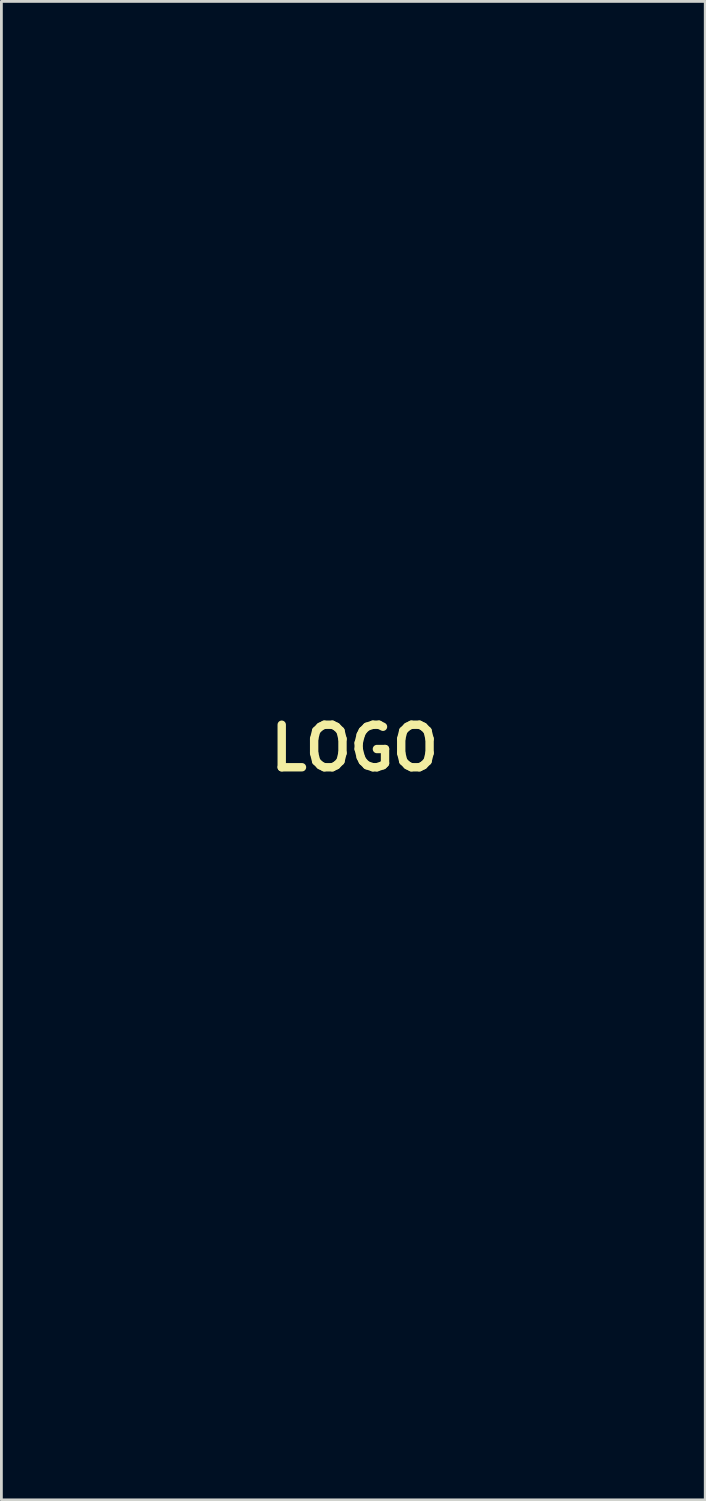
<source format=kicad_pcb>
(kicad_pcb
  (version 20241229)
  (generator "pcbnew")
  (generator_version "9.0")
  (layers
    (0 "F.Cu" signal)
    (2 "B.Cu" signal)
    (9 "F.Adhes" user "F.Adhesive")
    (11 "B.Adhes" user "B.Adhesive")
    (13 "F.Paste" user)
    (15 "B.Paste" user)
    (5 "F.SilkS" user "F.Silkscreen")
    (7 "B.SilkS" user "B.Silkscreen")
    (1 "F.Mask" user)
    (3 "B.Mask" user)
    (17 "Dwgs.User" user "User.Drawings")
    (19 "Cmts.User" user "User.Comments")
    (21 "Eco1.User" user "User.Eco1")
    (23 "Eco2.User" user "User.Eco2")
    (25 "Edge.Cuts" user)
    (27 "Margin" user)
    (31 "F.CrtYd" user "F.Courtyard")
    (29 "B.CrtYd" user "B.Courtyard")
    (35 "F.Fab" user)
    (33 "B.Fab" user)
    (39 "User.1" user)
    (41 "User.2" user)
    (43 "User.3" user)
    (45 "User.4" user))
  (footprint "LOGO"
    (layer "F.Cu")
    (at 9.658 23.754)
    (property "Reference" "LOGO" (at 0 0 0) (layer "F.SilkS") (effects (font (size 1.524 1.524) (thickness 0.3))))
    (attr through_hole)
    (fp_poly (pts (xy 7.707 -23.519) (xy 8.269 -23.19) (xy 8.704 -22.802) (xy 9.056 -22.313) (xy 9.205 -22.034) (xy 9.525 -21.387) (xy 9.551 -0.216) (xy 9.553 2.18) (xy 9.556 4.411) (xy 9.557 6.481) (xy 9.558 8.396) (xy 9.558 10.159) (xy 9.557 11.775) (xy 9.556 13.248) (xy 9.554 14.583) (xy 9.551 15.784) (xy 9.548 16.856) (xy 9.543 17.803) (xy 9.538 18.629) (xy 9.532 19.34) (xy 9.526 19.938) (xy 9.518 20.43) (xy 9.51 20.819) (xy 9.501 21.11) (xy 9.491 21.306) (xy 9.48 21.414) (xy 9.479 21.421) (xy 9.259 22.07) (xy 8.899 22.667) (xy 8.424 23.179) (xy 7.86 23.577) (xy 7.556 23.722) (xy 7.07 23.918) (xy 0.169 23.934) (xy -1.155 23.936) (xy -2.32 23.937) (xy -3.333 23.936) (xy -4.205 23.933) (xy -4.945 23.928) (xy -5.562 23.921) (xy -6.065 23.911) (xy -6.464 23.899) (xy -6.768 23.885) (xy -6.985 23.869) (xy -7.126 23.849) (xy -7.154 23.843) (xy -7.854 23.585) (xy -8.217 23.35) (xy -7.027 23.35) (xy -6.986 23.43) (xy -6.891 23.583) (xy -6.773 23.715) (xy -6.609 23.777) (xy -6.35 23.791) (xy -5.165 23.791) (xy -4.445 23.791) (xy -4.412 23.741) (xy -3.556 23.741) (xy -3.48 23.771) (xy -3.289 23.789) (xy -3.175 23.791) (xy -2.948 23.779) (xy -2.812 23.747) (xy -2.794 23.728) (xy -2.843 23.626) (xy -2.962 23.456) (xy -2.991 23.419) (xy -3.188 23.173) (xy -3.372 23.432) (xy -3.492 23.612) (xy -3.554 23.73) (xy -3.556 23.741) (xy -4.412 23.741) (xy -3.821 22.818) (xy -3.592 22.463) (xy -3.398 22.167) (xy -3.255 21.953) (xy -3.181 21.85) (xy -3.175 21.844) (xy -3.124 21.911) (xy -2.999 22.095) (xy -2.818 22.37) (xy -2.598 22.711) (xy -2.529 22.818) (xy -1.905 23.791) (xy -1.183 23.791) (xy -1.477 23.35) (xy -0.677 23.35) (xy -0.636 23.43) (xy -0.541 23.583) (xy -0.423 23.715) (xy -0.259 23.777) (xy 0 23.791) (xy 1.185 23.791) (xy 1.905 23.791) (xy 1.938 23.741) (xy 2.794 23.741) (xy 2.87 23.771) (xy 3.061 23.789) (xy 3.175 23.791) (xy 3.402 23.779) (xy 3.538 23.747) (xy 3.556 23.728) (xy 3.507 23.626) (xy 3.388 23.456) (xy 3.359 23.419) (xy 3.162 23.173) (xy 2.978 23.432) (xy 2.858 23.612) (xy 2.796 23.73) (xy 2.794 23.741) (xy 1.938 23.741) (xy 2.529 22.818) (xy 2.758 22.463) (xy 2.952 22.167) (xy 3.095 21.953) (xy 3.169 21.85) (xy 3.175 21.844) (xy 3.226 21.911) (xy 3.351 22.095) (xy 3.532 22.37) (xy 3.752 22.711) (xy 3.821 22.818) (xy 4.445 23.791) (xy 5.167 23.791) (xy 4.873 23.35) (xy 5.673 23.35) (xy 5.714 23.43) (xy 5.809 23.583) (xy 5.927 23.715) (xy 6.091 23.777) (xy 6.35 23.791) (xy 6.617 23.775) (xy 6.778 23.711) (xy 6.891 23.583) (xy 6.988 23.427) (xy 7.027 23.35) (xy 6.949 23.339) (xy 6.742 23.33) (xy 6.657 23.329) (xy 7.874 23.329) (xy 7.928 23.333) (xy 8.067 23.244) (xy 8.257 23.089) (xy 8.466 22.895) (xy 8.659 22.691) (xy 8.669 22.678) (xy 8.881 22.399) (xy 9.07 22.097) (xy 9.129 21.983) (xy 9.233 21.731) (xy 9.316 21.48) (xy 9.368 21.269) (xy 9.38 21.134) (xy 9.344 21.115) (xy 9.333 21.124) (xy 9.253 21.228) (xy 9.107 21.436) (xy 8.913 21.72) (xy 8.692 22.049) (xy 8.464 22.394) (xy 8.248 22.723) (xy 8.065 23.008) (xy 7.934 23.218) (xy 7.875 23.324) (xy 7.874 23.329) (xy 6.657 23.329) (xy 6.446 23.326) (xy 6.35 23.326) (xy 6.035 23.328) (xy 5.799 23.336) (xy 5.679 23.346) (xy 5.673 23.35) (xy 4.873 23.35) (xy 4.224 22.373) (xy 3.934 21.938) (xy 3.674 21.55) (xy 3.627 21.482) (xy 4.859 21.482) (xy 4.872 21.843) (xy 5.021 22.21) (xy 5.283 22.54) (xy 5.538 22.735) (xy 5.99 22.912) (xy 6.48 22.945) (xy 6.958 22.834) (xy 7.154 22.738) (xy 7.488 22.468) (xy 7.727 22.125) (xy 7.845 21.754) (xy 7.841 21.482) (xy 7.689 21.1) (xy 7.408 20.763) (xy 7.036 20.504) (xy 6.614 20.351) (xy 6.35 20.324) (xy 5.916 20.397) (xy 5.509 20.595) (xy 5.169 20.888) (xy 4.934 21.246) (xy 4.859 21.482) (xy 3.627 21.482) (xy 3.459 21.232) (xy 3.321 21.031) (xy 4.211 21.031) (xy 4.253 21.186) (xy 4.296 21.254) (xy 4.434 21.452) (xy 4.514 21.204) (xy 4.62 20.967) (xy 4.775 20.712) (xy 4.799 20.679) (xy 5.133 20.349) (xy 5.56 20.138) (xy 6.098 20.039) (xy 6.351 20.029) (xy 6.713 20.037) (xy 6.973 20.075) (xy 7.198 20.158) (xy 7.382 20.258) (xy 7.816 20.587) (xy 8.093 20.975) (xy 8.178 21.208) (xy 8.238 21.45) (xy 8.394 21.258) (xy 8.481 21.107) (xy 8.479 20.949) (xy 8.377 20.755) (xy 8.162 20.497) (xy 8.015 20.34) (xy 7.567 19.989) (xy 7.029 19.75) (xy 6.455 19.645) (xy 6.35 19.643) (xy 5.775 19.72) (xy 5.227 19.936) (xy 4.758 20.269) (xy 4.685 20.34) (xy 4.414 20.638) (xy 4.26 20.858) (xy 4.211 21.031) (xy 3.321 21.031) (xy 3.305 21.006) (xy 3.226 20.895) (xy 3.221 20.889) (xy 3.159 20.937) (xy 3.019 21.107) (xy 2.816 21.379) (xy 2.563 21.735) (xy 2.276 22.154) (xy 2.174 22.308) (xy 1.185 23.791) (xy 0 23.791) (xy 0.267 23.775) (xy 0.428 23.711) (xy 0.541 23.583) (xy 0.638 23.427) (xy 0.677 23.35) (xy 0.599 23.339) (xy 0.392 23.33) (xy 0.096 23.326) (xy 0 23.326) (xy -0.315 23.328) (xy -0.551 23.336) (xy -0.671 23.346) (xy -0.677 23.35) (xy -1.477 23.35) (xy -2.126 22.373) (xy -2.416 21.938) (xy -2.676 21.55) (xy -2.723 21.482) (xy -1.491 21.482) (xy -1.478 21.843) (xy -1.329 22.21) (xy -1.067 22.54) (xy -0.812 22.735) (xy -0.36 22.912) (xy 0.13 22.945) (xy 0.608 22.834) (xy 0.804 22.738) (xy 1.138 22.468) (xy 1.377 22.125) (xy 1.495 21.754) (xy 1.491 21.482) (xy 1.339 21.1) (xy 1.058 20.763) (xy 0.686 20.504) (xy 0.264 20.351) (xy 0 20.324) (xy -0.434 20.397) (xy -0.841 20.595) (xy -1.181 20.888) (xy -1.416 21.246) (xy -1.491 21.482) (xy -2.723 21.482) (xy -2.891 21.232) (xy -3.029 21.031) (xy -2.139 21.031) (xy -2.097 21.186) (xy -2.054 21.254) (xy -1.916 21.452) (xy -1.836 21.204) (xy -1.73 20.967) (xy -1.575 20.712) (xy -1.551 20.679) (xy -1.217 20.349) (xy -0.79 20.138) (xy -0.252 20.039) (xy 0.001 20.029) (xy 0.363 20.037) (xy 0.623 20.075) (xy 0.848 20.158) (xy 1.032 20.258) (xy 1.466 20.587) (xy 1.743 20.975) (xy 1.828 21.208) (xy 1.888 21.45) (xy 2.044 21.258) (xy 2.131 21.107) (xy 2.129 20.949) (xy 2.027 20.755) (xy 1.812 20.497) (xy 1.665 20.34) (xy 1.217 19.989) (xy 0.679 19.75) (xy 0.105 19.645) (xy 0 19.643) (xy -0.575 19.72) (xy -1.123 19.936) (xy -1.592 20.269) (xy -1.665 20.34) (xy -1.936 20.638) (xy -2.09 20.858) (xy -2.139 21.031) (xy -3.029 21.031) (xy -3.045 21.006) (xy -3.124 20.895) (xy -3.129 20.889) (xy -3.191 20.937) (xy -3.331 21.107) (xy -3.534 21.379) (xy -3.787 21.735) (xy -4.074 22.154) (xy -4.176 22.308) (xy -5.165 23.791) (xy -6.35 23.791) (xy -6.083 23.775) (xy -5.922 23.711) (xy -5.809 23.583) (xy -5.712 23.427) (xy -5.673 23.35) (xy -5.751 23.339) (xy -5.958 23.33) (xy -6.254 23.326) (xy -6.35 23.326) (xy -6.665 23.328) (xy -6.901 23.336) (xy -7.021 23.346) (xy -7.027 23.35) (xy -8.217 23.35) (xy -8.453 23.196) (xy -8.942 22.688) (xy -9.307 22.073) (xy -9.538 21.366) (xy -9.57 21.194) (xy -9.574 21.133) (xy -9.457 21.133) (xy -9.4 21.354) (xy -9.297 21.642) (xy -9.162 21.957) (xy -9.012 22.256) (xy -8.863 22.499) (xy -8.848 22.521) (xy -8.655 22.753) (xy -8.431 22.98) (xy -8.208 23.172) (xy -8.022 23.301) (xy -7.906 23.338) (xy -7.893 23.331) (xy -7.927 23.254) (xy -8.041 23.06) (xy -8.22 22.774) (xy -8.45 22.42) (xy -8.636 22.14) (xy -8.896 21.757) (xy -9.089 21.482) (xy -7.841 21.482) (xy -7.828 21.843) (xy -7.679 22.21) (xy -7.417 22.54) (xy -7.162 22.735) (xy -6.71 22.912) (xy -6.22 22.945) (xy -5.742 22.834) (xy -5.546 22.738) (xy -5.212 22.468) (xy -4.973 22.125) (xy -4.855 21.754) (xy -4.859 21.482) (xy -5.011 21.1) (xy -5.292 20.763) (xy -5.664 20.504) (xy -6.086 20.351) (xy -6.35 20.324) (xy -6.784 20.397) (xy -7.191 20.595) (xy -7.531 20.888) (xy -7.766 21.246) (xy -7.841 21.482) (xy -9.089 21.482) (xy -9.124 21.432) (xy -9.303 21.187) (xy -9.416 21.045) (xy -9.434 21.031) (xy -8.489 21.031) (xy -8.447 21.186) (xy -8.404 21.254) (xy -8.266 21.452) (xy -8.186 21.204) (xy -8.08 20.967) (xy -7.925 20.712) (xy -7.901 20.679) (xy -7.568 20.349) (xy -7.143 20.139) (xy -6.608 20.041) (xy -6.35 20.033) (xy -5.944 20.048) (xy -5.64 20.103) (xy -5.376 20.21) (xy -5.36 20.218) (xy -4.987 20.482) (xy -4.694 20.827) (xy -4.524 21.199) (xy -4.523 21.202) (xy -4.462 21.45) (xy -4.306 21.258) (xy -4.219 21.107) (xy -4.221 20.949) (xy -4.323 20.755) (xy -4.538 20.497) (xy -4.685 20.34) (xy -5.133 19.989) (xy -5.671 19.75) (xy -6.245 19.645) (xy -6.35 19.643) (xy -6.925 19.72) (xy -7.473 19.936) (xy -7.942 20.269) (xy -8.015 20.34) (xy -8.286 20.638) (xy -8.44 20.858) (xy -8.489 21.031) (xy -9.434 21.031) (xy -9.448 21.02) (xy -9.457 21.133) (xy -9.574 21.133) (xy -9.579 21.056) (xy -9.587 20.757) (xy -9.593 20.422) (xy -8.945 20.422) (xy -8.887 20.535) (xy -8.811 20.588) (xy -8.719 20.54) (xy -8.579 20.371) (xy -8.542 20.321) (xy -8.316 20.064) (xy -8.05 19.832) (xy -7.972 19.778) (xy -7.512 19.551) (xy -6.979 19.386) (xy -6.46 19.307) (xy -6.35 19.304) (xy -5.749 19.371) (xy -5.17 19.557) (xy -4.654 19.844) (xy -4.243 20.212) (xy -4.158 20.321) (xy -4.004 20.516) (xy -3.906 20.587) (xy -3.829 20.553) (xy -3.813 20.535) (xy -3.769 20.422) (xy -2.595 20.422) (xy -2.537 20.535) (xy -2.461 20.588) (xy -2.369 20.54) (xy -2.229 20.371) (xy -2.192 20.321) (xy -1.966 20.064) (xy -1.7 19.832) (xy -1.622 19.778) (xy -1.162 19.551) (xy -0.629 19.386) (xy -0.11 19.307) (xy 0 19.304) (xy 0.601 19.371) (xy 1.18 19.557) (xy 1.696 19.844) (xy 2.107 20.212) (xy 2.192 20.321) (xy 2.346 20.516) (xy 2.444 20.587) (xy 2.521 20.553) (xy 2.537 20.535) (xy 2.581 20.422) (xy 3.755 20.422) (xy 3.813 20.535) (xy 3.889 20.588) (xy 3.981 20.54) (xy 4.121 20.371) (xy 4.158 20.321) (xy 4.384 20.064) (xy 4.65 19.832) (xy 4.728 19.778) (xy 5.188 19.551) (xy 5.721 19.386) (xy 6.24 19.307) (xy 6.35 19.304) (xy 6.951 19.371) (xy 7.53 19.557) (xy 8.046 19.844) (xy 8.457 20.212) (xy 8.542 20.321) (xy 8.696 20.516) (xy 8.794 20.587) (xy 8.871 20.553) (xy 8.887 20.535) (xy 8.951 20.37) (xy 8.886 20.167) (xy 8.685 19.911) (xy 8.458 19.693) (xy 7.946 19.312) (xy 7.447 19.092) (xy 8.421 19.092) (xy 8.846 19.486) (xy 9.067 19.677) (xy 9.242 19.805) (xy 9.333 19.841) (xy 9.335 19.841) (xy 9.359 19.746) (xy 9.378 19.516) (xy 9.392 19.183) (xy 9.398 18.781) (xy 9.398 18.732) (xy 9.398 17.662) (xy 8.91 18.377) (xy 8.421 19.092) (xy 7.447 19.092) (xy 7.393 19.069) (xy 6.765 18.949) (xy 6.35 18.931) (xy 5.66 18.985) (xy 5.068 19.155) (xy 4.537 19.454) (xy 4.242 19.693) (xy 3.94 19.995) (xy 3.78 20.233) (xy 3.755 20.422) (xy 2.581 20.422) (xy 2.601 20.37) (xy 2.536 20.167) (xy 2.335 19.911) (xy 2.108 19.693) (xy 1.596 19.312) (xy 1.109 19.097) (xy 2.069 19.097) (xy 2.495 19.491) (xy 2.721 19.696) (xy 2.859 19.8) (xy 2.946 19.817) (xy 3.017 19.76) (xy 3.059 19.707) (xy 3.197 19.53) (xy 3.296 19.717) (xy 3.354 19.809) (xy 3.418 19.833) (xy 3.523 19.777) (xy 3.701 19.625) (xy 3.839 19.501) (xy 4.281 19.098) (xy 3.744 18.312) (xy 3.528 17.999) (xy 3.347 17.745) (xy 3.222 17.578) (xy 3.175 17.526) (xy 3.117 17.592) (xy 2.985 17.769) (xy 2.799 18.032) (xy 2.606 18.312) (xy 2.069 19.097) (xy 1.109 19.097) (xy 1.043 19.069) (xy 0.415 18.949) (xy 0 18.931) (xy -0.69 18.985) (xy -1.282 19.155) (xy -1.813 19.454) (xy -2.108 19.693) (xy -2.41 19.995) (xy -2.57 20.233) (xy -2.595 20.422) (xy -3.769 20.422) (xy -3.749 20.37) (xy -3.814 20.167) (xy -4.015 19.911) (xy -4.242 19.693) (xy -4.754 19.312) (xy -5.241 19.097) (xy -4.281 19.097) (xy -3.855 19.491) (xy -3.629 19.696) (xy -3.491 19.8) (xy -3.404 19.817) (xy -3.333 19.76) (xy -3.291 19.707) (xy -3.153 19.53) (xy -3.054 19.717) (xy -2.996 19.809) (xy -2.932 19.833) (xy -2.827 19.777) (xy -2.649 19.625) (xy -2.511 19.501) (xy -2.069 19.098) (xy -2.606 18.312) (xy -2.822 17.999) (xy -3.003 17.745) (xy -3.128 17.578) (xy -3.175 17.526) (xy -3.233 17.592) (xy -3.365 17.769) (xy -3.551 18.032) (xy -3.744 18.312) (xy -4.281 19.097) (xy -5.241 19.097) (xy -5.307 19.069) (xy -5.935 18.949) (xy -6.35 18.931) (xy -7.04 18.985) (xy -7.632 19.155) (xy -8.163 19.454) (xy -8.458 19.693) (xy -8.76 19.995) (xy -8.92 20.233) (xy -8.945 20.422) (xy -9.593 20.422) (xy -9.595 20.307) (xy -9.602 19.715) (xy -9.609 19.042) (xy -9.467 19.042) (xy -9.451 19.413) (xy -9.419 19.66) (xy -9.396 19.731) (xy -9.34 19.814) (xy -9.271 19.828) (xy -9.157 19.759) (xy -8.964 19.594) (xy -8.862 19.502) (xy -8.42 19.1) (xy -9.44 17.594) (xy -9.464 18.577) (xy -9.467 19.042) (xy -9.609 19.042) (xy -9.609 18.99) (xy -9.615 18.139) (xy -9.621 17.174) (xy -9.626 16.102) (xy -9.63 15.198) (xy -9.483 15.198) (xy -9.481 15.706) (xy -9.478 15.89) (xy -9.46 16.047) (xy -9.416 16.204) (xy -9.333 16.388) (xy -9.197 16.625) (xy -8.997 16.943) (xy -8.72 17.368) (xy -8.63 17.505) (xy -8.328 17.962) (xy -8.102 18.295) (xy -7.936 18.523) (xy -7.814 18.663) (xy -7.72 18.734) (xy -7.638 18.755) (xy -7.553 18.743) (xy -7.552 18.743) (xy -7.365 18.686) (xy -7.316 18.661) (xy -5.405 18.661) (xy -5.4 18.664) (xy -5.22 18.722) (xy -5.165 18.74) (xy -5.016 18.782) (xy -4.978 18.789) (xy -4.915 18.724) (xy -4.776 18.538) (xy -4.576 18.255) (xy -4.331 17.894) (xy -4.059 17.484) (xy -3.786 17.07) (xy -3.547 16.709) (xy -3.355 16.425) (xy -3.226 16.238) (xy -3.175 16.171) (xy -3.123 16.239) (xy -2.994 16.426) (xy -2.802 16.711) (xy -2.563 17.071) (xy -2.291 17.484) (xy -1.987 17.946) (xy -1.76 18.283) (xy -1.592 18.514) (xy -1.469 18.658) (xy -1.375 18.732) (xy -1.294 18.755) (xy -1.21 18.744) (xy -1.202 18.743) (xy -1.012 18.691) (xy -0.932 18.661) (xy 0.945 18.661) (xy 0.95 18.664) (xy 1.13 18.722) (xy 1.185 18.74) (xy 1.334 18.782) (xy 1.372 18.789) (xy 1.435 18.724) (xy 1.574 18.538) (xy 1.774 18.255) (xy 2.019 17.894) (xy 2.291 17.484) (xy 2.564 17.07) (xy 2.803 16.709) (xy 2.995 16.425) (xy 3.124 16.238) (xy 3.175 16.171) (xy 3.227 16.239) (xy 3.356 16.426) (xy 3.548 16.711) (xy 3.787 17.071) (xy 4.059 17.484) (xy 4.363 17.946) (xy 4.59 18.283) (xy 4.758 18.514) (xy 4.881 18.658) (xy 4.975 18.732) (xy 5.056 18.755) (xy 5.14 18.744) (xy 5.148 18.743) (xy 5.338 18.691) (xy 5.414 18.663) (xy 7.298 18.663) (xy 7.301 18.664) (xy 7.48 18.722) (xy 7.535 18.74) (xy 7.684 18.782) (xy 7.722 18.789) (xy 7.785 18.724) (xy 7.924 18.539) (xy 8.123 18.258) (xy 8.365 17.902) (xy 8.593 17.558) (xy 8.886 17.111) (xy 9.097 16.778) (xy 9.241 16.533) (xy 9.329 16.348) (xy 9.373 16.196) (xy 9.387 16.051) (xy 9.382 15.885) (xy 9.381 15.852) (xy 9.356 15.384) (xy 8.275 17.007) (xy 7.912 17.56) (xy 7.628 18.01) (xy 7.428 18.35) (xy 7.316 18.57) (xy 7.298 18.663) (xy 5.414 18.663) (xy 5.438 18.654) (xy 5.41 18.577) (xy 5.299 18.379) (xy 5.117 18.08) (xy 4.876 17.699) (xy 4.86 17.674) (xy 5.673 17.674) (xy 5.722 17.792) (xy 5.846 17.981) (xy 6.009 18.196) (xy 6.173 18.389) (xy 6.303 18.515) (xy 6.35 18.539) (xy 6.461 18.473) (xy 6.62 18.301) (xy 6.752 18.118) (xy 6.899 17.891) (xy 6.998 17.729) (xy 7.027 17.674) (xy 6.949 17.663) (xy 6.742 17.655) (xy 6.446 17.651) (xy 6.35 17.651) (xy 6.035 17.653) (xy 5.799 17.661) (xy 5.679 17.671) (xy 5.673 17.674) (xy 4.86 17.674) (xy 4.588 17.256) (xy 4.343 16.885) (xy 4.023 16.411) (xy 3.732 15.991) (xy 3.65 15.877) (xy 4.857 15.877) (xy 4.87 16.178) (xy 4.994 16.463) (xy 5.219 16.764) (xy 5.495 17.021) (xy 5.713 17.154) (xy 6.088 17.249) (xy 6.518 17.257) (xy 6.913 17.179) (xy 6.968 17.158) (xy 7.257 16.976) (xy 7.533 16.704) (xy 7.744 16.398) (xy 7.83 16.178) (xy 7.832 15.804) (xy 7.692 15.441) (xy 7.438 15.115) (xy 7.098 14.857) (xy 6.697 14.692) (xy 6.35 14.647) (xy 5.922 14.715) (xy 5.531 14.9) (xy 5.205 15.174) (xy 4.971 15.509) (xy 4.857 15.877) (xy 3.65 15.877) (xy 3.484 15.644) (xy 3.291 15.389) (xy 3.256 15.347) (xy 4.203 15.347) (xy 4.241 15.497) (xy 4.296 15.583) (xy 4.435 15.781) (xy 4.498 15.547) (xy 4.59 15.328) (xy 4.742 15.078) (xy 4.783 15.022) (xy 5.122 14.683) (xy 5.54 14.468) (xy 6.059 14.366) (xy 6.35 14.355) (xy 6.749 14.37) (xy 7.046 14.422) (xy 7.306 14.525) (xy 7.346 14.546) (xy 7.619 14.736) (xy 7.878 14.994) (xy 8.085 15.272) (xy 8.202 15.525) (xy 8.215 15.613) (xy 8.225 15.728) (xy 8.27 15.721) (xy 8.383 15.592) (xy 8.491 15.432) (xy 8.486 15.291) (xy 8.43 15.169) (xy 8.244 14.909) (xy 7.965 14.619) (xy 7.646 14.352) (xy 7.366 14.171) (xy 7.138 14.082) (xy 6.842 14.032) (xy 6.432 14.014) (xy 6.35 14.014) (xy 5.917 14.027) (xy 5.605 14.071) (xy 5.369 14.153) (xy 5.334 14.171) (xy 5.031 14.369) (xy 4.716 14.637) (xy 4.443 14.923) (xy 4.273 15.164) (xy 4.203 15.347) (xy 3.256 15.347) (xy 3.168 15.243) (xy 3.128 15.217) (xy 3.067 15.303) (xy 2.925 15.51) (xy 2.717 15.818) (xy 2.457 16.205) (xy 2.159 16.651) (xy 1.956 16.956) (xy 1.584 17.524) (xy 1.292 17.985) (xy 1.086 18.334) (xy 0.969 18.562) (xy 0.945 18.661) (xy -0.932 18.661) (xy -0.912 18.654) (xy -0.94 18.577) (xy -1.051 18.379) (xy -1.233 18.08) (xy -1.474 17.699) (xy -1.49 17.674) (xy -0.677 17.674) (xy -0.628 17.792) (xy -0.504 17.981) (xy -0.341 18.196) (xy -0.177 18.389) (xy -0.047 18.515) (xy 0 18.539) (xy 0.111 18.473) (xy 0.27 18.301) (xy 0.402 18.118) (xy 0.549 17.891) (xy 0.648 17.729) (xy 0.677 17.674) (xy 0.599 17.663) (xy 0.392 17.655) (xy 0.096 17.651) (xy 0 17.651) (xy -0.315 17.653) (xy -0.551 17.661) (xy -0.671 17.671) (xy -0.677 17.674) (xy -1.49 17.674) (xy -1.762 17.256) (xy -2.007 16.885) (xy -2.327 16.411) (xy -2.618 15.991) (xy -2.7 15.877) (xy -1.493 15.877) (xy -1.48 16.178) (xy -1.356 16.463) (xy -1.131 16.764) (xy -0.855 17.021) (xy -0.637 17.154) (xy -0.262 17.249) (xy 0.168 17.257) (xy 0.563 17.179) (xy 0.618 17.158) (xy 0.907 16.976) (xy 1.183 16.704) (xy 1.394 16.398) (xy 1.48 16.178) (xy 1.482 15.804) (xy 1.342 15.441) (xy 1.088 15.115) (xy 0.748 14.857) (xy 0.347 14.692) (xy 0 14.647) (xy -0.428 14.715) (xy -0.819 14.9) (xy -1.145 15.174) (xy -1.379 15.509) (xy -1.493 15.877) (xy -2.7 15.877) (xy -2.866 15.644) (xy -3.059 15.389) (xy -3.094 15.347) (xy -2.147 15.347) (xy -2.109 15.497) (xy -2.054 15.583) (xy -1.915 15.781) (xy -1.852 15.547) (xy -1.76 15.328) (xy -1.608 15.078) (xy -1.567 15.022) (xy -1.228 14.683) (xy -0.81 14.468) (xy -0.291 14.366) (xy 0 14.355) (xy 0.399 14.37) (xy 0.696 14.422) (xy 0.956 14.525) (xy 0.996 14.546) (xy 1.269 14.736) (xy 1.528 14.994) (xy 1.735 15.272) (xy 1.852 15.525) (xy 1.865 15.613) (xy 1.875 15.728) (xy 1.92 15.721) (xy 2.033 15.592) (xy 2.141 15.432) (xy 2.136 15.291) (xy 2.08 15.169) (xy 1.894 14.909) (xy 1.615 14.619) (xy 1.296 14.352) (xy 1.016 14.171) (xy 0.788 14.082) (xy 0.492 14.032) (xy 0.082 14.014) (xy 0 14.014) (xy -0.433 14.027) (xy -0.745 14.071) (xy -0.981 14.153) (xy -1.016 14.171) (xy -1.319 14.369) (xy -1.634 14.637) (xy -1.907 14.923) (xy -2.077 15.164) (xy -2.147 15.347) (xy -3.094 15.347) (xy -3.182 15.243) (xy -3.222 15.217) (xy -3.283 15.303) (xy -3.425 15.51) (xy -3.633 15.818) (xy -3.893 16.205) (xy -4.191 16.651) (xy -4.394 16.956) (xy -4.766 17.524) (xy -5.058 17.985) (xy -5.264 18.334) (xy -5.381 18.562) (xy -5.405 18.661) (xy -7.316 18.661) (xy -7.27 18.637) (xy -7.3 18.555) (xy -7.413 18.353) (xy -7.597 18.051) (xy -7.835 17.674) (xy -7.027 17.674) (xy -6.978 17.792) (xy -6.854 17.981) (xy -6.691 18.196) (xy -6.527 18.389) (xy -6.397 18.515) (xy -6.35 18.539) (xy -6.239 18.473) (xy -6.08 18.301) (xy -5.948 18.118) (xy -5.801 17.891) (xy -5.702 17.729) (xy -5.673 17.674) (xy -5.751 17.663) (xy -5.958 17.655) (xy -6.254 17.651) (xy -6.35 17.651) (xy -6.665 17.653) (xy -6.901 17.661) (xy -7.021 17.671) (xy -7.027 17.674) (xy -7.835 17.674) (xy -7.839 17.668) (xy -8.128 17.225) (xy -8.349 16.891) (xy -9.028 15.877) (xy -7.843 15.877) (xy -7.83 16.178) (xy -7.706 16.463) (xy -7.481 16.764) (xy -7.205 17.021) (xy -6.987 17.154) (xy -6.612 17.249) (xy -6.182 17.257) (xy -5.787 17.179) (xy -5.732 17.158) (xy -5.443 16.976) (xy -5.167 16.704) (xy -4.956 16.398) (xy -4.87 16.178) (xy -4.868 15.804) (xy -5.008 15.441) (xy -5.262 15.115) (xy -5.602 14.857) (xy -6.003 14.692) (xy -6.35 14.647) (xy -6.778 14.715) (xy -7.169 14.9) (xy -7.495 15.174) (xy -7.729 15.509) (xy -7.843 15.877) (xy -9.028 15.877) (xy -9.383 15.347) (xy -8.497 15.347) (xy -8.459 15.497) (xy -8.404 15.583) (xy -8.265 15.781) (xy -8.202 15.547) (xy -8.11 15.328) (xy -7.958 15.078) (xy -7.917 15.022) (xy -7.578 14.683) (xy -7.16 14.468) (xy -6.641 14.366) (xy -6.35 14.355) (xy -5.949 14.37) (xy -5.65 14.423) (xy -5.39 14.527) (xy -5.36 14.543) (xy -4.987 14.81) (xy -4.694 15.155) (xy -4.524 15.526) (xy -4.523 15.53) (xy -4.462 15.777) (xy -4.307 15.586) (xy -4.206 15.428) (xy -4.216 15.285) (xy -4.27 15.169) (xy -4.456 14.909) (xy -4.735 14.619) (xy -5.054 14.352) (xy -5.334 14.171) (xy -5.562 14.082) (xy -5.858 14.032) (xy -6.268 14.014) (xy -6.35 14.014) (xy -6.783 14.027) (xy -7.095 14.071) (xy -7.331 14.153) (xy -7.366 14.171) (xy -7.669 14.369) (xy -7.984 14.637) (xy -8.257 14.923) (xy -8.427 15.164) (xy -8.497 15.347) (xy -9.383 15.347) (xy -9.483 15.198) (xy -9.63 15.198) (xy -9.631 14.932) (xy -9.632 14.714) (xy -8.929 14.714) (xy -8.887 14.822) (xy -8.825 14.915) (xy -8.76 14.915) (xy -8.658 14.805) (xy -8.546 14.654) (xy -8.319 14.392) (xy -8.05 14.152) (xy -7.968 14.093) (xy -7.402 13.809) (xy -6.79 13.659) (xy -6.161 13.636) (xy -5.546 13.738) (xy -4.976 13.959) (xy -4.482 14.295) (xy -4.154 14.654) (xy -4.005 14.851) (xy -3.917 14.926) (xy -3.857 14.896) (xy -3.813 14.822) (xy -3.791 14.714) (xy -2.579 14.714) (xy -2.537 14.822) (xy -2.475 14.915) (xy -2.41 14.915) (xy -2.308 14.805) (xy -2.196 14.654) (xy -1.969 14.392) (xy -1.7 14.152) (xy -1.618 14.093) (xy -1.052 13.809) (xy -0.44 13.659) (xy 0.189 13.636) (xy 0.804 13.738) (xy 1.374 13.959) (xy 1.868 14.295) (xy 2.196 14.654) (xy 2.345 14.851) (xy 2.433 14.926) (xy 2.493 14.896) (xy 2.537 14.822) (xy 2.559 14.714) (xy 3.771 14.714) (xy 3.813 14.822) (xy 3.875 14.915) (xy 3.94 14.915) (xy 4.042 14.805) (xy 4.154 14.654) (xy 4.381 14.392) (xy 4.65 14.152) (xy 4.732 14.093) (xy 5.298 13.809) (xy 5.91 13.659) (xy 6.539 13.636) (xy 7.154 13.738) (xy 7.724 13.959) (xy 8.218 14.295) (xy 8.546 14.654) (xy 8.695 14.851) (xy 8.783 14.926) (xy 8.843 14.896) (xy 8.887 14.822) (xy 8.933 14.592) (xy 8.897 14.492) (xy 8.723 14.266) (xy 8.442 14.006) (xy 8.101 13.748) (xy 7.745 13.532) (xy 7.63 13.474) (xy 7.494 13.417) (xy 8.413 13.417) (xy 8.842 13.812) (xy 9.064 14.003) (xy 9.24 14.131) (xy 9.333 14.169) (xy 9.335 14.168) (xy 9.359 14.073) (xy 9.378 13.843) (xy 9.392 13.51) (xy 9.398 13.109) (xy 9.398 13.063) (xy 9.398 11.996) (xy 8.413 13.417) (xy 7.494 13.417) (xy 7.37 13.365) (xy 7.128 13.298) (xy 6.847 13.264) (xy 6.469 13.252) (xy 6.35 13.252) (xy 5.938 13.259) (xy 5.637 13.286) (xy 5.391 13.344) (xy 5.141 13.442) (xy 5.07 13.474) (xy 4.72 13.669) (xy 4.368 13.917) (xy 4.062 14.18) (xy 3.846 14.422) (xy 3.803 14.492) (xy 3.771 14.714) (xy 2.559 14.714) (xy 2.583 14.592) (xy 2.547 14.492) (xy 2.373 14.266) (xy 2.092 14.006) (xy 1.751 13.748) (xy 1.395 13.532) (xy 1.28 13.474) (xy 1.144 13.417) (xy 2.063 13.417) (xy 2.492 13.815) (xy 2.719 14.021) (xy 2.858 14.127) (xy 2.944 14.145) (xy 3.016 14.089) (xy 3.059 14.035) (xy 3.197 13.858) (xy 3.296 14.044) (xy 3.354 14.136) (xy 3.418 14.16) (xy 3.523 14.104) (xy 3.701 13.954) (xy 3.843 13.825) (xy 4.29 13.42) (xy 3.825 12.742) (xy 3.613 12.437) (xy 3.428 12.178) (xy 3.296 12.001) (xy 3.257 11.952) (xy 3.195 11.927) (xy 3.103 11.983) (xy 2.965 12.137) (xy 2.765 12.406) (xy 2.609 12.628) (xy 2.063 13.417) (xy 1.144 13.417) (xy 1.02 13.365) (xy 0.778 13.298) (xy 0.497 13.264) (xy 0.119 13.252) (xy 0 13.252) (xy -0.412 13.259) (xy -0.713 13.286) (xy -0.959 13.344) (xy -1.209 13.442) (xy -1.28 13.474) (xy -1.63 13.669) (xy -1.982 13.917) (xy -2.288 14.18) (xy -2.504 14.422) (xy -2.547 14.492) (xy -2.579 14.714) (xy -3.791 14.714) (xy -3.767 14.592) (xy -3.803 14.492) (xy -3.977 14.266) (xy -4.258 14.006) (xy -4.599 13.748) (xy -4.955 13.532) (xy -5.07 13.474) (xy -5.206 13.417) (xy -4.287 13.417) (xy -3.858 13.815) (xy -3.631 14.021) (xy -3.492 14.127) (xy -3.406 14.145) (xy -3.334 14.089) (xy -3.291 14.035) (xy -3.153 13.858) (xy -3.054 14.044) (xy -2.996 14.136) (xy -2.932 14.16) (xy -2.827 14.104) (xy -2.649 13.954) (xy -2.507 13.825) (xy -2.06 13.42) (xy -2.525 12.742) (xy -2.737 12.437) (xy -2.922 12.178) (xy -3.054 12.001) (xy -3.093 11.952) (xy -3.155 11.927) (xy -3.247 11.983) (xy -3.385 12.137) (xy -3.585 12.406) (xy -3.741 12.628) (xy -4.287 13.417) (xy -5.206 13.417) (xy -5.33 13.365) (xy -5.572 13.298) (xy -5.853 13.264) (xy -6.231 13.252) (xy -6.35 13.252) (xy -6.762 13.259) (xy -7.063 13.286) (xy -7.309 13.344) (xy -7.559 13.442) (xy -7.63 13.474) (xy -7.98 13.669) (xy -8.332 13.917) (xy -8.638 14.18) (xy -8.854 14.422) (xy -8.897 14.492) (xy -8.929 14.714) (xy -9.632 14.714) (xy -9.636 13.674) (xy -9.636 13.371) (xy -9.467 13.371) (xy -9.451 13.741) (xy -9.419 13.987) (xy -9.396 14.059) (xy -9.34 14.141) (xy -9.271 14.155) (xy -9.157 14.087) (xy -8.965 13.922) (xy -8.858 13.826) (xy -8.413 13.42) (xy -8.927 12.673) (xy -9.44 11.926) (xy -9.464 12.906) (xy -9.467 13.371) (xy -9.636 13.371) (xy -9.639 12.336) (xy -9.643 10.928) (xy -9.645 10.031) (xy -9.483 10.031) (xy -9.48 10.213) (xy -9.463 10.368) (xy -9.42 10.523) (xy -9.338 10.705) (xy -9.203 10.939) (xy -9.005 11.252) (xy -8.728 11.672) (xy -8.623 11.831) (xy -8.31 12.3) (xy -8.072 12.643) (xy -7.892 12.875) (xy -7.752 13.012) (xy -7.633 13.07) (xy -7.519 13.063) (xy -7.391 13.008) (xy -7.314 12.965) (xy -7.318 12.942) (xy -5.497 12.942) (xy -5.268 13.026) (xy -5.085 13.089) (xy -4.986 13.117) (xy -4.926 13.052) (xy -4.788 12.867) (xy -4.588 12.584) (xy -4.342 12.225) (xy -4.065 11.812) (xy -4.062 11.808) (xy -3.785 11.399) (xy -3.538 11.049) (xy -3.336 10.778) (xy -3.195 10.608) (xy -3.13 10.559) (xy -3.129 10.559) (xy -3.065 10.649) (xy -2.924 10.855) (xy -2.723 11.153) (xy -2.48 11.518) (xy -2.286 11.811) (xy -2.022 12.209) (xy -1.789 12.557) (xy -1.604 12.832) (xy -1.483 13.009) (xy -1.444 13.061) (xy -1.333 13.08) (xy -1.14 13.039) (xy -1.121 13.033) (xy -0.859 12.942) (xy 0.853 12.942) (xy 1.082 13.026) (xy 1.265 13.089) (xy 1.364 13.117) (xy 1.424 13.052) (xy 1.562 12.867) (xy 1.762 12.584) (xy 2.008 12.225) (xy 2.285 11.812) (xy 2.288 11.808) (xy 2.565 11.399) (xy 2.812 11.049) (xy 3.014 10.778) (xy 3.155 10.608) (xy 3.22 10.559) (xy 3.221 10.559) (xy 3.285 10.649) (xy 3.426 10.855) (xy 3.627 11.153) (xy 3.87 11.518) (xy 4.064 11.811) (xy 4.328 12.209) (xy 4.561 12.557) (xy 4.746 12.832) (xy 4.867 13.009) (xy 4.906 13.061) (xy 5.017 13.08) (xy 5.21 13.039) (xy 5.229 13.033) (xy 5.489 12.942) (xy 7.204 12.942) (xy 7.433 13.026) (xy 7.615 13.089) (xy 7.713 13.117) (xy 7.773 13.052) (xy 7.911 12.868) (xy 8.11 12.588) (xy 8.353 12.234) (xy 8.584 11.89) (xy 8.88 11.445) (xy 9.094 11.114) (xy 9.239 10.87) (xy 9.328 10.686) (xy 9.373 10.536) (xy 9.387 10.391) (xy 9.383 10.226) (xy 9.381 10.184) (xy 9.356 9.711) (xy 8.28 11.327) (xy 7.204 12.942) (xy 5.489 12.942) (xy 5.495 12.94) (xy 4.866 11.997) (xy 5.673 11.997) (xy 5.722 12.116) (xy 5.846 12.307) (xy 6.008 12.522) (xy 6.173 12.717) (xy 6.303 12.843) (xy 6.35 12.866) (xy 6.461 12.8) (xy 6.62 12.628) (xy 6.752 12.445) (xy 6.899 12.217) (xy 6.998 12.053) (xy 7.027 11.997) (xy 6.949 11.984) (xy 6.742 11.974) (xy 6.446 11.969) (xy 6.35 11.969) (xy 6.035 11.972) (xy 5.799 11.981) (xy 5.679 11.993) (xy 5.673 11.997) (xy 4.866 11.997) (xy 4.341 11.209) (xy 4.021 10.735) (xy 3.731 10.316) (xy 3.483 9.97) (xy 3.291 9.715) (xy 3.247 9.664) (xy 4.204 9.664) (xy 4.231 9.806) (xy 4.292 9.903) (xy 4.426 10.095) (xy 4.434 10.073) (xy 4.869 10.073) (xy 4.871 10.426) (xy 5.005 10.794) (xy 5.243 11.134) (xy 5.558 11.402) (xy 5.757 11.505) (xy 6.076 11.576) (xy 6.46 11.588) (xy 6.816 11.54) (xy 6.916 11.509) (xy 7.273 11.304) (xy 7.565 11.002) (xy 7.765 10.645) (xy 7.848 10.276) (xy 7.831 10.073) (xy 7.672 9.712) (xy 7.385 9.392) (xy 7.013 9.144) (xy 6.597 8.999) (xy 6.35 8.975) (xy 5.927 9.045) (xy 5.524 9.237) (xy 5.182 9.519) (xy 4.944 9.859) (xy 4.869 10.073) (xy 4.434 10.073) (xy 4.534 9.781) (xy 4.661 9.509) (xy 4.825 9.271) (xy 4.84 9.255) (xy 5.211 8.947) (xy 5.649 8.762) (xy 6.187 8.686) (xy 6.35 8.682) (xy 6.959 8.745) (xy 7.461 8.931) (xy 7.85 9.237) (xy 8.118 9.657) (xy 8.166 9.781) (xy 8.274 10.095) (xy 8.408 9.903) (xy 8.494 9.744) (xy 8.477 9.595) (xy 8.422 9.479) (xy 8.181 9.139) (xy 7.835 8.807) (xy 7.44 8.539) (xy 7.42 8.528) (xy 7.047 8.399) (xy 6.582 8.335) (xy 6.087 8.337) (xy 5.626 8.405) (xy 5.28 8.528) (xy 4.884 8.792) (xy 4.534 9.121) (xy 4.286 9.463) (xy 4.278 9.479) (xy 4.204 9.664) (xy 3.247 9.664) (xy 3.168 9.57) (xy 3.128 9.544) (xy 3.067 9.631) (xy 2.925 9.838) (xy 2.717 10.145) (xy 2.457 10.532) (xy 2.159 10.978) (xy 1.961 11.276) (xy 0.853 12.942) (xy -0.859 12.942) (xy -0.855 12.94) (xy -1.484 11.997) (xy -0.677 11.997) (xy -0.628 12.116) (xy -0.504 12.307) (xy -0.342 12.522) (xy -0.177 12.717) (xy -0.047 12.843) (xy 0 12.866) (xy 0.111 12.8) (xy 0.27 12.628) (xy 0.402 12.445) (xy 0.549 12.217) (xy 0.648 12.053) (xy 0.677 11.997) (xy 0.599 11.984) (xy 0.392 11.974) (xy 0.096 11.969) (xy 0 11.969) (xy -0.315 11.972) (xy -0.551 11.981) (xy -0.671 11.993) (xy -0.677 11.997) (xy -1.484 11.997) (xy -2.009 11.209) (xy -2.329 10.735) (xy -2.619 10.316) (xy -2.867 9.97) (xy -3.059 9.715) (xy -3.103 9.664) (xy -2.146 9.664) (xy -2.119 9.806) (xy -2.058 9.903) (xy -1.924 10.095) (xy -1.916 10.073) (xy -1.481 10.073) (xy -1.479 10.426) (xy -1.345 10.794) (xy -1.107 11.134) (xy -0.792 11.402) (xy -0.593 11.505) (xy -0.274 11.576) (xy 0.11 11.588) (xy 0.466 11.54) (xy 0.566 11.509) (xy 0.923 11.304) (xy 1.215 11.002) (xy 1.415 10.645) (xy 1.498 10.276) (xy 1.481 10.073) (xy 1.322 9.712) (xy 1.035 9.392) (xy 0.663 9.144) (xy 0.247 8.999) (xy 0 8.975) (xy -0.423 9.045) (xy -0.826 9.237) (xy -1.168 9.519) (xy -1.406 9.859) (xy -1.481 10.073) (xy -1.916 10.073) (xy -1.816 9.781) (xy -1.689 9.509) (xy -1.525 9.271) (xy -1.51 9.255) (xy -1.139 8.947) (xy -0.701 8.762) (xy -0.163 8.686) (xy 0 8.682) (xy 0.609 8.745) (xy 1.111 8.931) (xy 1.5 9.237) (xy 1.768 9.657) (xy 1.816 9.781) (xy 1.924 10.095) (xy 2.058 9.903) (xy 2.144 9.744) (xy 2.127 9.595) (xy 2.072 9.479) (xy 1.831 9.139) (xy 1.485 8.807) (xy 1.09 8.539) (xy 1.07 8.528) (xy 0.697 8.399) (xy 0.232 8.335) (xy -0.263 8.337) (xy -0.724 8.405) (xy -1.07 8.528) (xy -1.466 8.792) (xy -1.816 9.121) (xy -2.064 9.463) (xy -2.072 9.479) (xy -2.146 9.664) (xy -3.103 9.664) (xy -3.182 9.57) (xy -3.222 9.544) (xy -3.283 9.631) (xy -3.425 9.838) (xy -3.633 10.145) (xy -3.893 10.532) (xy -4.191 10.978) (xy -4.389 11.276) (xy -5.497 12.942) (xy -7.318 12.942) (xy -7.329 12.879) (xy -7.437 12.666) (xy -7.63 12.336) (xy -7.843 11.997) (xy -7.027 11.997) (xy -6.978 12.116) (xy -6.854 12.307) (xy -6.692 12.522) (xy -6.527 12.717) (xy -6.397 12.843) (xy -6.35 12.866) (xy -6.239 12.8) (xy -6.08 12.628) (xy -5.948 12.445) (xy -5.801 12.217) (xy -5.702 12.053) (xy -5.673 11.997) (xy -5.751 11.984) (xy -5.958 11.974) (xy -6.254 11.969) (xy -6.35 11.969) (xy -6.665 11.972) (xy -6.901 11.981) (xy -7.021 11.993) (xy -7.027 11.997) (xy -7.843 11.997) (xy -7.904 11.899) (xy -8.252 11.367) (xy -8.351 11.219) (xy -9.39 9.664) (xy -8.496 9.664) (xy -8.469 9.806) (xy -8.408 9.903) (xy -8.274 10.095) (xy -8.266 10.073) (xy -7.831 10.073) (xy -7.829 10.426) (xy -7.695 10.794) (xy -7.457 11.134) (xy -7.142 11.402) (xy -6.943 11.505) (xy -6.624 11.576) (xy -6.24 11.588) (xy -5.884 11.54) (xy -5.784 11.509) (xy -5.427 11.304) (xy -5.135 11.002) (xy -4.935 10.645) (xy -4.852 10.276) (xy -4.869 10.073) (xy -5.028 9.712) (xy -5.315 9.392) (xy -5.687 9.144) (xy -6.103 8.999) (xy -6.35 8.975) (xy -6.773 9.045) (xy -7.176 9.237) (xy -7.518 9.519) (xy -7.756 9.859) (xy -7.831 10.073) (xy -8.266 10.073) (xy -8.166 9.781) (xy -8.039 9.509) (xy -7.875 9.271) (xy -7.86 9.255) (xy -7.489 8.947) (xy -7.051 8.762) (xy -6.513 8.686) (xy -6.35 8.682) (xy -5.741 8.745) (xy -5.239 8.931) (xy -4.85 9.237) (xy -4.582 9.657) (xy -4.534 9.781) (xy -4.426 10.095) (xy -4.292 9.903) (xy -4.206 9.744) (xy -4.223 9.595) (xy -4.278 9.479) (xy -4.519 9.139) (xy -4.865 8.807) (xy -5.26 8.539) (xy -5.28 8.528) (xy -5.653 8.399) (xy -6.118 8.335) (xy -6.613 8.337) (xy -7.074 8.405) (xy -7.42 8.528) (xy -7.816 8.792) (xy -8.166 9.121) (xy -8.414 9.463) (xy -8.422 9.479) (xy -8.496 9.664) (xy -9.39 9.664) (xy -9.483 9.526) (xy -9.483 10.031) (xy -9.645 10.031) (xy -9.646 9.458) (xy -9.646 8.975) (xy -8.949 8.975) (xy -8.903 9.106) (xy -8.903 9.108) (xy -8.801 9.331) (xy -8.612 9.051) (xy -8.428 8.83) (xy -8.18 8.591) (xy -8.06 8.494) (xy -7.533 8.189) (xy -6.946 8.013) (xy -6.329 7.962) (xy -5.713 8.03) (xy -5.131 8.215) (xy -4.613 8.511) (xy -4.19 8.913) (xy -4.088 9.051) (xy -3.899 9.331) (xy -3.797 9.108) (xy -3.751 8.976) (xy -3.751 8.975) (xy -2.599 8.975) (xy -2.553 9.106) (xy -2.553 9.108) (xy -2.451 9.331) (xy -2.262 9.051) (xy -2.078 8.83) (xy -1.83 8.591) (xy -1.71 8.494) (xy -1.183 8.189) (xy -0.596 8.013) (xy 0.021 7.962) (xy 0.637 8.03) (xy 1.219 8.215) (xy 1.737 8.511) (xy 2.16 8.913) (xy 2.262 9.051) (xy 2.451 9.331) (xy 2.553 9.108) (xy 2.599 8.976) (xy 2.599 8.975) (xy 3.751 8.975) (xy 3.797 9.106) (xy 3.797 9.108) (xy 3.899 9.331) (xy 4.088 9.051) (xy 4.272 8.83) (xy 4.52 8.591) (xy 4.64 8.494) (xy 5.167 8.189) (xy 5.754 8.013) (xy 6.371 7.962) (xy 6.987 8.03) (xy 7.569 8.215) (xy 8.087 8.511) (xy 8.51 8.913) (xy 8.612 9.051) (xy 8.801 9.331) (xy 8.903 9.108) (xy 8.949 8.976) (xy 8.932 8.861) (xy 8.834 8.718) (xy 8.632 8.504) (xy 8.63 8.502) (xy 8.347 8.257) (xy 7.992 8.01) (xy 7.706 7.848) (xy 7.472 7.739) (xy 8.407 7.739) (xy 8.839 8.137) (xy 9.062 8.329) (xy 9.239 8.458) (xy 9.333 8.496) (xy 9.335 8.495) (xy 9.359 8.401) (xy 9.378 8.17) (xy 9.392 7.837) (xy 9.398 7.436) (xy 9.398 7.389) (xy 9.398 6.322) (xy 8.407 7.739) (xy 7.472 7.739) (xy 7.429 7.719) (xy 7.197 7.639) (xy 6.953 7.596) (xy 6.638 7.58) (xy 6.35 7.578) (xy 5.953 7.583) (xy 5.667 7.606) (xy 5.433 7.659) (xy 5.193 7.753) (xy 4.994 7.848) (xy 4.645 8.051) (xy 4.297 8.301) (xy 4.07 8.502) (xy 3.868 8.717) (xy 3.768 8.86) (xy 3.751 8.975) (xy 2.599 8.975) (xy 2.582 8.861) (xy 2.484 8.718) (xy 2.282 8.504) (xy 2.28 8.502) (xy 1.997 8.257) (xy 1.642 8.01) (xy 1.356 7.848) (xy 1.126 7.741) (xy 2.059 7.741) (xy 2.49 8.14) (xy 2.717 8.348) (xy 2.857 8.454) (xy 2.944 8.472) (xy 3.015 8.417) (xy 3.059 8.362) (xy 3.197 8.185) (xy 3.296 8.372) (xy 3.354 8.463) (xy 3.418 8.488) (xy 3.523 8.432) (xy 3.701 8.282) (xy 3.844 8.153) (xy 4.291 7.747) (xy 3.734 6.938) (xy 3.176 6.128) (xy 2.618 6.934) (xy 2.059 7.741) (xy 1.126 7.741) (xy 1.079 7.719) (xy 0.847 7.639) (xy 0.603 7.596) (xy 0.288 7.58) (xy 0 7.578) (xy -0.397 7.583) (xy -0.683 7.606) (xy -0.917 7.659) (xy -1.157 7.753) (xy -1.356 7.848) (xy -1.705 8.051) (xy -2.053 8.301) (xy -2.28 8.502) (xy -2.482 8.717) (xy -2.582 8.86) (xy -2.599 8.975) (xy -3.751 8.975) (xy -3.768 8.861) (xy -3.866 8.718) (xy -4.068 8.504) (xy -4.07 8.502) (xy -4.353 8.257) (xy -4.708 8.01) (xy -4.994 7.848) (xy -5.224 7.741) (xy -4.291 7.741) (xy -3.86 8.14) (xy -3.633 8.348) (xy -3.493 8.454) (xy -3.406 8.472) (xy -3.335 8.417) (xy -3.291 8.362) (xy -3.153 8.185) (xy -3.054 8.372) (xy -2.996 8.463) (xy -2.932 8.488) (xy -2.827 8.432) (xy -2.649 8.282) (xy -2.506 8.153) (xy -2.059 7.747) (xy -2.616 6.938) (xy -3.174 6.128) (xy -3.732 6.934) (xy -4.291 7.741) (xy -5.224 7.741) (xy -5.271 7.719) (xy -5.503 7.639) (xy -5.747 7.596) (xy -6.062 7.58) (xy -6.35 7.578) (xy -6.747 7.583) (xy -7.033 7.606) (xy -7.267 7.659) (xy -7.507 7.753) (xy -7.706 7.848) (xy -8.055 8.051) (xy -8.403 8.301) (xy -8.63 8.502) (xy -8.832 8.717) (xy -8.932 8.86) (xy -8.949 8.975) (xy -9.646 8.975) (xy -9.648 7.935) (xy -9.648 7.698) (xy -9.467 7.698) (xy -9.451 8.068) (xy -9.419 8.315) (xy -9.396 8.386) (xy -9.34 8.468) (xy -9.272 8.482) (xy -9.157 8.415) (xy -8.965 8.251) (xy -8.856 8.153) (xy -8.408 7.747) (xy -8.924 7) (xy -9.44 6.252) (xy -9.464 7.233) (xy -9.467 7.698) (xy -9.648 7.698) (xy -9.65 6.369) (xy -9.651 4.768) (xy -9.652 4.358) (xy -9.483 4.358) (xy -9.48 4.54) (xy -9.463 4.696) (xy -9.42 4.851) (xy -9.338 5.032) (xy -9.203 5.266) (xy -9.005 5.58) (xy -8.728 5.999) (xy -8.623 6.158) (xy -8.31 6.627) (xy -8.072 6.97) (xy -7.892 7.202) (xy -7.752 7.34) (xy -7.633 7.397) (xy -7.519 7.39) (xy -7.391 7.335) (xy -7.314 7.292) (xy -7.318 7.269) (xy -5.497 7.269) (xy -5.268 7.353) (xy -5.085 7.416) (xy -4.986 7.444) (xy -4.926 7.379) (xy -4.788 7.194) (xy -4.588 6.911) (xy -4.342 6.553) (xy -4.065 6.139) (xy -4.062 6.136) (xy -3.785 5.726) (xy -3.538 5.376) (xy -3.336 5.106) (xy -3.195 4.935) (xy -3.13 4.886) (xy -3.129 4.887) (xy -3.065 4.976) (xy -2.924 5.183) (xy -2.723 5.481) (xy -2.48 5.845) (xy -2.286 6.138) (xy -2.022 6.536) (xy -1.789 6.885) (xy -1.604 7.16) (xy -1.483 7.336) (xy -1.444 7.388) (xy -1.333 7.407) (xy -1.14 7.367) (xy -1.121 7.36) (xy -0.859 7.269) (xy 0.853 7.269) (xy 1.082 7.353) (xy 1.265 7.416) (xy 1.364 7.444) (xy 1.424 7.379) (xy 1.562 7.194) (xy 1.762 6.911) (xy 2.008 6.553) (xy 2.285 6.139) (xy 2.288 6.136) (xy 2.565 5.726) (xy 2.812 5.376) (xy 3.014 5.106) (xy 3.155 4.935) (xy 3.22 4.886) (xy 3.221 4.887) (xy 3.285 4.976) (xy 3.426 5.183) (xy 3.627 5.481) (xy 3.87 5.845) (xy 4.064 6.138) (xy 4.328 6.536) (xy 4.561 6.885) (xy 4.746 7.16) (xy 4.867 7.336) (xy 4.906 7.388) (xy 5.017 7.407) (xy 5.21 7.367) (xy 5.229 7.36) (xy 5.489 7.27) (xy 7.204 7.27) (xy 7.433 7.353) (xy 7.615 7.416) (xy 7.713 7.444) (xy 7.773 7.379) (xy 7.911 7.195) (xy 8.11 6.915) (xy 8.353 6.561) (xy 8.584 6.217) (xy 8.88 5.773) (xy 9.094 5.442) (xy 9.239 5.198) (xy 9.328 5.014) (xy 9.373 4.863) (xy 9.387 4.718) (xy 9.383 4.553) (xy 9.381 4.511) (xy 9.356 4.039) (xy 7.204 7.27) (xy 5.489 7.27) (xy 5.495 7.268) (xy 4.866 6.324) (xy 5.673 6.324) (xy 5.722 6.443) (xy 5.846 6.634) (xy 6.008 6.85) (xy 6.173 7.044) (xy 6.303 7.17) (xy 6.35 7.194) (xy 6.461 7.127) (xy 6.62 6.956) (xy 6.752 6.773) (xy 6.899 6.545) (xy 6.998 6.381) (xy 7.027 6.324) (xy 6.949 6.311) (xy 6.742 6.302) (xy 6.446 6.297) (xy 6.35 6.297) (xy 6.035 6.3) (xy 5.799 6.308) (xy 5.679 6.32) (xy 5.673 6.324) (xy 4.866 6.324) (xy 4.341 5.537) (xy 4.021 5.063) (xy 3.76 4.686) (xy 4.852 4.686) (xy 4.864 4.789) (xy 4.986 5.095) (xy 5.212 5.411) (xy 5.495 5.677) (xy 5.713 5.809) (xy 6.088 5.904) (xy 6.518 5.912) (xy 6.913 5.833) (xy 6.968 5.812) (xy 7.27 5.621) (xy 7.55 5.336) (xy 7.758 5.014) (xy 7.836 4.789) (xy 7.822 4.423) (xy 7.659 4.049) (xy 7.361 3.697) (xy 7.252 3.604) (xy 7.055 3.462) (xy 6.873 3.383) (xy 6.642 3.35) (xy 6.35 3.344) (xy 6.024 3.353) (xy 5.802 3.391) (xy 5.621 3.476) (xy 5.448 3.604) (xy 5.114 3.943) (xy 4.91 4.314) (xy 4.852 4.686) (xy 3.76 4.686) (xy 3.731 4.644) (xy 3.483 4.297) (xy 3.291 4.043) (xy 3.287 4.039) (xy 4.2 4.039) (xy 4.242 4.156) (xy 4.289 4.226) (xy 4.426 4.422) (xy 4.534 4.108) (xy 4.661 3.837) (xy 4.825 3.598) (xy 4.84 3.582) (xy 5.211 3.275) (xy 5.649 3.089) (xy 6.187 3.013) (xy 6.35 3.01) (xy 6.959 3.073) (xy 7.461 3.259) (xy 7.85 3.564) (xy 8.118 3.984) (xy 8.166 4.108) (xy 8.274 4.422) (xy 8.411 4.226) (xy 8.488 4.095) (xy 8.492 3.977) (xy 8.416 3.808) (xy 8.346 3.687) (xy 8.01 3.274) (xy 7.555 2.945) (xy 7.022 2.723) (xy 6.448 2.628) (xy 6.35 2.626) (xy 5.773 2.698) (xy 5.231 2.9) (xy 4.76 3.211) (xy 4.401 3.612) (xy 4.354 3.687) (xy 4.235 3.903) (xy 4.2 4.039) (xy 3.287 4.039) (xy 3.168 3.897) (xy 3.128 3.871) (xy 3.067 3.958) (xy 2.925 4.165) (xy 2.717 4.472) (xy 2.457 4.859) (xy 2.159 5.305) (xy 1.961 5.603) (xy 0.853 7.269) (xy -0.859 7.269) (xy -0.855 7.268) (xy -1.484 6.324) (xy -0.677 6.324) (xy -0.628 6.443) (xy -0.504 6.634) (xy -0.342 6.85) (xy -0.177 7.044) (xy -0.047 7.17) (xy 0 7.194) (xy 0.111 7.127) (xy 0.27 6.956) (xy 0.402 6.773) (xy 0.549 6.545) (xy 0.648 6.381) (xy 0.677 6.324) (xy 0.599 6.311) (xy 0.392 6.302) (xy 0.096 6.297) (xy 0 6.297) (xy -0.315 6.3) (xy -0.551 6.308) (xy -0.671 6.32) (xy -0.677 6.324) (xy -1.484 6.324) (xy -2.009 5.537) (xy -2.329 5.063) (xy -2.59 4.686) (xy -1.498 4.686) (xy -1.486 4.789) (xy -1.364 5.095) (xy -1.138 5.411) (xy -0.855 5.677) (xy -0.637 5.809) (xy -0.262 5.904) (xy 0.168 5.912) (xy 0.563 5.833) (xy 0.618 5.812) (xy 0.92 5.621) (xy 1.2 5.336) (xy 1.408 5.014) (xy 1.486 4.789) (xy 1.472 4.423) (xy 1.309 4.049) (xy 1.011 3.697) (xy 0.902 3.604) (xy 0.705 3.462) (xy 0.523 3.383) (xy 0.292 3.35) (xy 0 3.344) (xy -0.326 3.353) (xy -0.548 3.391) (xy -0.729 3.476) (xy -0.902 3.604) (xy -1.236 3.943) (xy -1.44 4.314) (xy -1.498 4.686) (xy -2.59 4.686) (xy -2.619 4.644) (xy -2.867 4.297) (xy -3.052 4.053) (xy -2.147 4.053) (xy -2.096 4.175) (xy -2.06 4.228) (xy -1.924 4.422) (xy -1.816 4.108) (xy -1.689 3.837) (xy -1.525 3.598) (xy -1.51 3.582) (xy -1.139 3.275) (xy -0.701 3.089) (xy -0.163 3.013) (xy 0 3.01) (xy 0.609 3.073) (xy 1.111 3.259) (xy 1.5 3.564) (xy 1.768 3.984) (xy 1.816 4.108) (xy 1.924 4.422) (xy 2.061 4.226) (xy 2.138 4.095) (xy 2.142 3.977) (xy 2.066 3.808) (xy 1.996 3.687) (xy 1.738 3.366) (xy 1.375 3.061) (xy 0.971 2.819) (xy 0.693 2.712) (xy 0.108 2.625) (xy -0.475 2.675) (xy -1.026 2.849) (xy -1.508 3.135) (xy -1.891 3.521) (xy -2.012 3.707) (xy -2.121 3.919) (xy -2.147 4.053) (xy -3.052 4.053) (xy -3.059 4.043) (xy -3.182 3.897) (xy -3.222 3.871) (xy -3.283 3.958) (xy -3.425 4.165) (xy -3.633 4.472) (xy -3.893 4.859) (xy -4.191 5.305) (xy -4.389 5.603) (xy -5.497 7.269) (xy -7.318 7.269) (xy -7.329 7.206) (xy -7.437 6.993) (xy -7.63 6.663) (xy -7.843 6.324) (xy -7.027 6.324) (xy -6.978 6.443) (xy -6.854 6.634) (xy -6.692 6.85) (xy -6.527 7.044) (xy -6.397 7.17) (xy -6.35 7.194) (xy -6.239 7.127) (xy -6.08 6.956) (xy -5.948 6.773) (xy -5.801 6.545) (xy -5.702 6.381) (xy -5.673 6.324) (xy -5.751 6.311) (xy -5.958 6.302) (xy -6.254 6.297) (xy -6.35 6.297) (xy -6.665 6.3) (xy -6.901 6.308) (xy -7.021 6.32) (xy -7.027 6.324) (xy -7.843 6.324) (xy -7.904 6.227) (xy -8.252 5.694) (xy -8.351 5.546) (xy -8.926 4.686) (xy -7.848 4.686) (xy -7.836 4.789) (xy -7.714 5.095) (xy -7.488 5.411) (xy -7.205 5.677) (xy -6.987 5.809) (xy -6.612 5.904) (xy -6.182 5.912) (xy -5.787 5.833) (xy -5.732 5.812) (xy -5.43 5.621) (xy -5.15 5.336) (xy -4.942 5.014) (xy -4.864 4.789) (xy -4.878 4.423) (xy -5.041 4.049) (xy -5.339 3.697) (xy -5.448 3.604) (xy -5.645 3.462) (xy -5.827 3.383) (xy -6.058 3.35) (xy -6.35 3.344) (xy -6.676 3.353) (xy -6.898 3.391) (xy -7.079 3.476) (xy -7.252 3.604) (xy -7.586 3.943) (xy -7.79 4.314) (xy -7.848 4.686) (xy -8.926 4.686) (xy -9.349 4.053) (xy -8.497 4.053) (xy -8.446 4.175) (xy -8.41 4.228) (xy -8.274 4.422) (xy -8.166 4.108) (xy -8.039 3.837) (xy -7.875 3.598) (xy -7.86 3.582) (xy -7.489 3.275) (xy -7.051 3.089) (xy -6.513 3.013) (xy -6.35 3.01) (xy -5.741 3.073) (xy -5.239 3.259) (xy -4.85 3.564) (xy -4.582 3.984) (xy -4.534 4.108) (xy -4.426 4.422) (xy -4.289 4.226) (xy -4.212 4.095) (xy -4.208 3.977) (xy -4.284 3.808) (xy -4.354 3.687) (xy -4.612 3.366) (xy -4.975 3.061) (xy -5.379 2.819) (xy -5.657 2.712) (xy -6.242 2.625) (xy -6.825 2.675) (xy -7.376 2.849) (xy -7.858 3.135) (xy -8.241 3.521) (xy -8.362 3.707) (xy -8.471 3.919) (xy -8.497 4.053) (xy -9.349 4.053) (xy -9.483 3.853) (xy -9.483 4.358) (xy -9.652 4.358) (xy -9.652 3.302) (xy -8.949 3.302) (xy -8.903 3.434) (xy -8.903 3.435) (xy -8.801 3.659) (xy -8.612 3.378) (xy -8.428 3.157) (xy -8.18 2.919) (xy -8.06 2.821) (xy -7.533 2.516) (xy -6.946 2.34) (xy -6.329 2.289) (xy -5.713 2.358) (xy -5.131 2.542) (xy -4.613 2.838) (xy -4.19 3.241) (xy -4.088 3.378) (xy -3.899 3.659) (xy -3.797 3.435) (xy -3.751 3.303) (xy -3.751 3.302) (xy -2.599 3.302) (xy -2.553 3.434) (xy -2.553 3.435) (xy -2.451 3.659) (xy -2.262 3.378) (xy -2.078 3.157) (xy -1.83 2.919) (xy -1.71 2.821) (xy -1.183 2.516) (xy -0.596 2.34) (xy 0.021 2.289) (xy 0.637 2.358) (xy 1.219 2.542) (xy 1.737 2.838) (xy 2.16 3.241) (xy 2.262 3.378) (xy 2.451 3.659) (xy 2.553 3.435) (xy 2.599 3.303) (xy 2.599 3.302) (xy 3.751 3.302) (xy 3.797 3.434) (xy 3.797 3.435) (xy 3.899 3.659) (xy 4.088 3.378) (xy 4.272 3.157) (xy 4.52 2.919) (xy 4.64 2.821) (xy 5.167 2.516) (xy 5.754 2.34) (xy 6.371 2.289) (xy 6.987 2.358) (xy 7.569 2.542) (xy 8.087 2.838) (xy 8.51 3.241) (xy 8.612 3.378) (xy 8.801 3.659) (xy 8.903 3.435) (xy 8.949 3.303) (xy 8.932 3.188) (xy 8.834 3.046) (xy 8.632 2.831) (xy 8.63 2.829) (xy 8.347 2.584) (xy 7.992 2.338) (xy 7.706 2.176) (xy 7.467 2.064) (xy 8.405 2.064) (xy 8.838 2.463) (xy 9.061 2.655) (xy 9.238 2.785) (xy 9.333 2.824) (xy 9.335 2.823) (xy 9.359 2.728) (xy 9.378 2.498) (xy 9.392 2.165) (xy 9.398 1.762) (xy 9.398 1.712) (xy 9.398 0.641) (xy 8.405 2.064) (xy 7.467 2.064) (xy 7.429 2.046) (xy 7.197 1.966) (xy 6.953 1.924) (xy 6.638 1.907) (xy 6.35 1.905) (xy 5.953 1.91) (xy 5.667 1.933) (xy 5.433 1.986) (xy 5.193 2.08) (xy 4.994 2.176) (xy 4.645 2.378) (xy 4.297 2.629) (xy 4.07 2.829) (xy 3.868 3.044) (xy 3.768 3.187) (xy 3.751 3.302) (xy 2.599 3.302) (xy 2.582 3.188) (xy 2.484 3.046) (xy 2.282 2.831) (xy 2.28 2.829) (xy 1.997 2.584) (xy 1.642 2.338) (xy 1.356 2.176) (xy 1.119 2.065) (xy 2.056 2.065) (xy 2.489 2.466) (xy 2.716 2.674) (xy 2.856 2.78) (xy 2.943 2.799) (xy 3.014 2.745) (xy 3.059 2.69) (xy 3.197 2.512) (xy 3.296 2.699) (xy 3.354 2.791) (xy 3.418 2.815) (xy 3.523 2.759) (xy 3.701 2.61) (xy 3.845 2.48) (xy 4.294 2.074) (xy 3.177 0.45) (xy 2.056 2.065) (xy 1.119 2.065) (xy 1.079 2.046) (xy 0.847 1.966) (xy 0.603 1.924) (xy 0.288 1.907) (xy 0 1.905) (xy -0.397 1.91) (xy -0.683 1.933) (xy -0.917 1.986) (xy -1.157 2.08) (xy -1.356 2.176) (xy -1.705 2.378) (xy -2.053 2.629) (xy -2.28 2.829) (xy -2.482 3.044) (xy -2.582 3.187) (xy -2.599 3.302) (xy -3.751 3.302) (xy -3.768 3.188) (xy -3.866 3.046) (xy -4.068 2.831) (xy -4.07 2.829) (xy -4.353 2.584) (xy -4.708 2.338) (xy -4.994 2.176) (xy -5.231 2.065) (xy -4.294 2.065) (xy -3.861 2.466) (xy -3.634 2.674) (xy -3.494 2.78) (xy -3.407 2.799) (xy -3.336 2.745) (xy -3.291 2.69) (xy -3.153 2.512) (xy -3.054 2.699) (xy -2.996 2.791) (xy -2.932 2.815) (xy -2.827 2.759) (xy -2.649 2.61) (xy -2.505 2.48) (xy -2.056 2.074) (xy -3.173 0.45) (xy -4.294 2.065) (xy -5.231 2.065) (xy -5.271 2.046) (xy -5.503 1.966) (xy -5.747 1.924) (xy -6.062 1.907) (xy -6.35 1.905) (xy -6.747 1.91) (xy -7.033 1.933) (xy -7.267 1.986) (xy -7.507 2.08) (xy -7.706 2.176) (xy -8.055 2.378) (xy -8.403 2.629) (xy -8.63 2.829) (xy -8.832 3.044) (xy -8.932 3.187) (xy -8.949 3.302) (xy -9.652 3.302) (xy -9.652 3.141) (xy -9.653 2.022) (xy -9.467 2.022) (xy -9.451 2.394) (xy -9.419 2.641) (xy -9.396 2.713) (xy -9.34 2.796) (xy -9.272 2.81) (xy -9.157 2.742) (xy -8.965 2.579) (xy -8.855 2.48) (xy -8.406 2.074) (xy -8.923 1.323) (xy -9.44 0.572) (xy -9.464 1.556) (xy -9.467 2.022) (xy -9.653 2.022) (xy -9.653 1.498) (xy -9.653 -0.153) (xy -9.652 -1.315) (xy -9.483 -1.315) (xy -9.48 -1.132) (xy -9.463 -0.977) (xy -9.42 -0.822) (xy -9.338 -0.641) (xy -9.203 -0.406) (xy -9.005 -0.093) (xy -8.728 0.326) (xy -8.623 0.486) (xy -8.31 0.955) (xy -8.072 1.297) (xy -7.892 1.53) (xy -7.752 1.667) (xy -7.633 1.725) (xy -7.519 1.718) (xy -7.391 1.662) (xy -7.314 1.62) (xy -7.318 1.597) (xy -5.497 1.597) (xy -5.268 1.681) (xy -5.085 1.744) (xy -4.986 1.771) (xy -4.926 1.706) (xy -4.788 1.522) (xy -4.588 1.239) (xy -4.342 0.88) (xy -4.065 0.467) (xy -4.062 0.463) (xy -3.785 0.054) (xy -3.538 -0.297) (xy -3.336 -0.567) (xy -3.195 -0.737) (xy -3.13 -0.786) (xy -3.129 -0.786) (xy -3.065 -0.696) (xy -2.924 -0.49) (xy -2.723 -0.192) (xy -2.48 0.173) (xy -2.286 0.466) (xy -2.022 0.863) (xy -1.789 1.212) (xy -1.604 1.487) (xy -1.483 1.663) (xy -1.444 1.716) (xy -1.333 1.735) (xy -1.14 1.694) (xy -1.121 1.688) (xy -0.859 1.597) (xy 0.853 1.597) (xy 1.082 1.681) (xy 1.265 1.744) (xy 1.364 1.771) (xy 1.424 1.706) (xy 1.562 1.522) (xy 1.762 1.239) (xy 2.008 0.88) (xy 2.285 0.467) (xy 2.288 0.463) (xy 2.565 0.054) (xy 2.812 -0.297) (xy 3.014 -0.567) (xy 3.155 -0.737) (xy 3.22 -0.786) (xy 3.221 -0.786) (xy 3.285 -0.696) (xy 3.426 -0.49) (xy 3.627 -0.192) (xy 3.87 0.173) (xy 4.064 0.466) (xy 4.328 0.863) (xy 4.561 1.212) (xy 4.746 1.487) (xy 4.867 1.663) (xy 4.906 1.716) (xy 5.017 1.735) (xy 5.21 1.694) (xy 5.229 1.688) (xy 5.489 1.597) (xy 7.204 1.597) (xy 7.433 1.681) (xy 7.615 1.744) (xy 7.713 1.771) (xy 7.773 1.707) (xy 7.911 1.523) (xy 8.11 1.243) (xy 8.353 0.888) (xy 8.584 0.545) (xy 8.88 0.1) (xy 9.094 -0.231) (xy 9.239 -0.475) (xy 9.328 -0.659) (xy 9.373 -0.81) (xy 9.387 -0.954) (xy 9.383 -1.12) (xy 9.381 -1.161) (xy 9.356 -1.634) (xy 7.204 1.597) (xy 5.489 1.597) (xy 5.495 1.595) (xy 4.842 0.615) (xy 5.669 0.615) (xy 5.826 0.879) (xy 6.015 1.192) (xy 6.144 1.385) (xy 6.237 1.485) (xy 6.315 1.521) (xy 6.35 1.524) (xy 6.488 1.458) (xy 6.598 1.333) (xy 6.727 1.124) (xy 6.871 0.884) (xy 6.874 0.879) (xy 7.031 0.615) (xy 5.669 0.615) (xy 4.842 0.615) (xy 4.341 -0.136) (xy 4.021 -0.61) (xy 3.731 -1.029) (xy 3.617 -1.188) (xy 4.863 -1.188) (xy 4.87 -0.84) (xy 4.994 -0.555) (xy 5.219 -0.254) (xy 5.495 0.003) (xy 5.713 0.136) (xy 6.088 0.231) (xy 6.518 0.239) (xy 6.913 0.161) (xy 6.968 0.14) (xy 7.257 -0.042) (xy 7.533 -0.314) (xy 7.744 -0.62) (xy 7.83 -0.84) (xy 7.829 -1.2) (xy 7.694 -1.571) (xy 7.451 -1.911) (xy 7.127 -2.177) (xy 6.916 -2.281) (xy 6.429 -2.379) (xy 5.943 -2.318) (xy 5.493 -2.106) (xy 5.272 -1.927) (xy 4.999 -1.573) (xy 4.863 -1.188) (xy 3.617 -1.188) (xy 3.483 -1.375) (xy 3.291 -1.63) (xy 3.226 -1.707) (xy 4.21 -1.707) (xy 4.22 -1.595) (xy 4.291 -1.47) (xy 4.429 -1.259) (xy 4.538 -1.582) (xy 4.669 -1.832) (xy 4.875 -2.098) (xy 4.984 -2.207) (xy 5.454 -2.521) (xy 5.995 -2.684) (xy 6.35 -2.709) (xy 6.876 -2.643) (xy 7.358 -2.456) (xy 7.764 -2.171) (xy 8.058 -1.809) (xy 8.162 -1.582) (xy 8.271 -1.259) (xy 8.409 -1.47) (xy 8.481 -1.597) (xy 8.489 -1.709) (xy 8.422 -1.858) (xy 8.274 -2.087) (xy 7.895 -2.506) (xy 7.406 -2.815) (xy 6.838 -3) (xy 6.35 -3.048) (xy 5.743 -2.974) (xy 5.189 -2.763) (xy 4.719 -2.43) (xy 4.426 -2.087) (xy 4.275 -1.854) (xy 4.21 -1.707) (xy 3.226 -1.707) (xy 3.168 -1.775) (xy 3.128 -1.801) (xy 3.067 -1.715) (xy 2.925 -1.508) (xy 2.717 -1.201) (xy 2.457 -0.814) (xy 2.159 -0.367) (xy 1.961 -0.07) (xy 0.853 1.597) (xy -0.859 1.597) (xy -0.855 1.595) (xy -1.508 0.615) (xy -0.681 0.615) (xy -0.524 0.879) (xy -0.335 1.192) (xy -0.206 1.385) (xy -0.113 1.485) (xy -0.035 1.521) (xy 0 1.524) (xy 0.138 1.458) (xy 0.248 1.333) (xy 0.377 1.124) (xy 0.521 0.884) (xy 0.524 0.879) (xy 0.681 0.615) (xy -0.681 0.615) (xy -1.508 0.615) (xy -2.009 -0.136) (xy -2.329 -0.61) (xy -2.619 -1.029) (xy -2.733 -1.188) (xy -1.487 -1.188) (xy -1.48 -0.84) (xy -1.356 -0.555) (xy -1.131 -0.254) (xy -0.855 0.003) (xy -0.637 0.136) (xy -0.262 0.231) (xy 0.168 0.239) (xy 0.563 0.161) (xy 0.618 0.14) (xy 0.907 -0.042) (xy 1.183 -0.314) (xy 1.394 -0.62) (xy 1.48 -0.84) (xy 1.479 -1.2) (xy 1.344 -1.571) (xy 1.101 -1.911) (xy 0.777 -2.177) (xy 0.566 -2.281) (xy 0.079 -2.379) (xy -0.407 -2.318) (xy -0.857 -2.106) (xy -1.078 -1.927) (xy -1.351 -1.573) (xy -1.487 -1.188) (xy -2.733 -1.188) (xy -2.867 -1.375) (xy -3.059 -1.63) (xy -3.124 -1.707) (xy -2.14 -1.707) (xy -2.13 -1.595) (xy -2.059 -1.47) (xy -1.921 -1.259) (xy -1.812 -1.582) (xy -1.681 -1.832) (xy -1.475 -2.098) (xy -1.366 -2.207) (xy -0.896 -2.521) (xy -0.355 -2.684) (xy 0 -2.709) (xy 0.526 -2.643) (xy 1.008 -2.456) (xy 1.414 -2.171) (xy 1.708 -1.809) (xy 1.812 -1.582) (xy 1.921 -1.259) (xy 2.059 -1.47) (xy 2.131 -1.597) (xy 2.139 -1.709) (xy 2.072 -1.858) (xy 1.924 -2.087) (xy 1.545 -2.506) (xy 1.056 -2.815) (xy 0.488 -3) (xy 0 -3.048) (xy -0.607 -2.974) (xy -1.161 -2.763) (xy -1.631 -2.43) (xy -1.924 -2.087) (xy -2.075 -1.854) (xy -2.14 -1.707) (xy -3.124 -1.707) (xy -3.182 -1.775) (xy -3.222 -1.801) (xy -3.283 -1.715) (xy -3.425 -1.508) (xy -3.633 -1.201) (xy -3.893 -0.814) (xy -4.191 -0.367) (xy -4.389 -0.07) (xy -5.497 1.597) (xy -7.318 1.597) (xy -7.329 1.534) (xy -7.437 1.321) (xy -7.63 0.991) (xy -7.866 0.615) (xy -7.031 0.615) (xy -6.874 0.879) (xy -6.685 1.192) (xy -6.556 1.385) (xy -6.463 1.485) (xy -6.385 1.521) (xy -6.35 1.524) (xy -6.212 1.458) (xy -6.102 1.333) (xy -5.973 1.124) (xy -5.829 0.884) (xy -5.826 0.879) (xy -5.669 0.615) (xy -7.031 0.615) (xy -7.866 0.615) (xy -7.904 0.554) (xy -8.252 0.022) (xy -8.351 -0.127) (xy -9.06 -1.188) (xy -7.837 -1.188) (xy -7.83 -0.84) (xy -7.706 -0.555) (xy -7.481 -0.254) (xy -7.205 0.003) (xy -6.987 0.136) (xy -6.612 0.231) (xy -6.182 0.239) (xy -5.787 0.161) (xy -5.732 0.14) (xy -5.443 -0.042) (xy -5.167 -0.314) (xy -4.956 -0.62) (xy -4.87 -0.84) (xy -4.871 -1.2) (xy -5.006 -1.571) (xy -5.249 -1.911) (xy -5.573 -2.177) (xy -5.784 -2.281) (xy -6.271 -2.379) (xy -6.757 -2.318) (xy -7.207 -2.106) (xy -7.428 -1.927) (xy -7.701 -1.573) (xy -7.837 -1.188) (xy -9.06 -1.188) (xy -9.407 -1.707) (xy -8.49 -1.707) (xy -8.48 -1.595) (xy -8.409 -1.47) (xy -8.271 -1.259) (xy -8.162 -1.582) (xy -8.031 -1.832) (xy -7.825 -2.098) (xy -7.716 -2.207) (xy -7.246 -2.521) (xy -6.705 -2.684) (xy -6.35 -2.709) (xy -5.824 -2.643) (xy -5.342 -2.456) (xy -4.936 -2.171) (xy -4.642 -1.809) (xy -4.538 -1.582) (xy -4.429 -1.259) (xy -4.291 -1.47) (xy -4.219 -1.597) (xy -4.211 -1.709) (xy -4.278 -1.858) (xy -4.426 -2.087) (xy -4.805 -2.506) (xy -5.294 -2.815) (xy -5.862 -3) (xy -6.35 -3.048) (xy -6.957 -2.974) (xy -7.511 -2.763) (xy -7.981 -2.43) (xy -8.274 -2.087) (xy -8.425 -1.854) (xy -8.49 -1.707) (xy -9.407 -1.707) (xy -9.483 -1.82) (xy -9.483 -1.315) (xy -9.652 -1.315) (xy -9.652 -1.803) (xy -9.652 -2.388) (xy -8.95 -2.388) (xy -8.916 -2.267) (xy -8.903 -2.238) (xy -8.801 -2.014) (xy -8.612 -2.295) (xy -8.428 -2.516) (xy -8.18 -2.754) (xy -8.06 -2.852) (xy -7.533 -3.156) (xy -6.946 -3.332) (xy -6.329 -3.384) (xy -5.713 -3.315) (xy -5.131 -3.13) (xy -4.613 -2.835) (xy -4.19 -2.432) (xy -4.088 -2.295) (xy -3.899 -2.014) (xy -3.797 -2.238) (xy -3.752 -2.365) (xy -3.755 -2.388) (xy -2.6 -2.388) (xy -2.566 -2.267) (xy -2.553 -2.238) (xy -2.451 -2.014) (xy -2.262 -2.295) (xy -2.078 -2.516) (xy -1.83 -2.754) (xy -1.71 -2.852) (xy -1.183 -3.156) (xy -0.596 -3.332) (xy 0.021 -3.384) (xy 0.637 -3.315) (xy 1.219 -3.13) (xy 1.737 -2.835) (xy 2.16 -2.432) (xy 2.262 -2.295) (xy 2.451 -2.014) (xy 2.553 -2.238) (xy 2.598 -2.365) (xy 2.595 -2.388) (xy 3.75 -2.388) (xy 3.784 -2.267) (xy 3.797 -2.238) (xy 3.899 -2.014) (xy 4.088 -2.295) (xy 4.272 -2.516) (xy 4.52 -2.754) (xy 4.64 -2.852) (xy 5.167 -3.156) (xy 5.754 -3.332) (xy 6.371 -3.384) (xy 6.987 -3.315) (xy 7.569 -3.13) (xy 8.087 -2.835) (xy 8.51 -2.432) (xy 8.612 -2.295) (xy 8.801 -2.014) (xy 8.903 -2.238) (xy 8.948 -2.365) (xy 8.934 -2.478) (xy 8.841 -2.616) (xy 8.65 -2.821) (xy 8.597 -2.875) (xy 8.257 -3.167) (xy 7.861 -3.429) (xy 7.672 -3.529) (xy 7.607 -3.556) (xy 8.45 -3.556) (xy 8.545 -3.5) (xy 8.717 -3.355) (xy 8.898 -3.182) (xy 9.101 -2.998) (xy 9.261 -2.887) (xy 9.337 -2.872) (xy 9.361 -2.976) (xy 9.377 -3.215) (xy 9.384 -3.553) (xy 9.38 -3.954) (xy 9.38 -3.965) (xy 9.356 -4.996) (xy 8.865 -4.276) (xy 8.669 -3.979) (xy 8.526 -3.742) (xy 8.451 -3.593) (xy 8.45 -3.556) (xy 7.607 -3.556) (xy 7.396 -3.646) (xy 7.152 -3.717) (xy 6.879 -3.754) (xy 6.519 -3.767) (xy 6.35 -3.768) (xy 5.942 -3.761) (xy 5.643 -3.735) (xy 5.395 -3.677) (xy 5.139 -3.578) (xy 5.028 -3.529) (xy 4.644 -3.309) (xy 4.263 -3.023) (xy 4.103 -2.875) (xy 3.889 -2.651) (xy 3.778 -2.503) (xy 3.75 -2.388) (xy 2.595 -2.388) (xy 2.584 -2.478) (xy 2.491 -2.616) (xy 2.3 -2.821) (xy 2.247 -2.875) (xy 1.907 -3.167) (xy 1.511 -3.429) (xy 1.322 -3.529) (xy 1.257 -3.556) (xy 2.098 -3.556) (xy 2.099 -3.556) (xy 2.195 -3.5) (xy 2.367 -3.355) (xy 2.548 -3.181) (xy 2.753 -2.979) (xy 2.877 -2.883) (xy 2.958 -2.878) (xy 3.032 -2.95) (xy 3.059 -2.984) (xy 3.197 -3.16) (xy 3.297 -2.974) (xy 3.356 -2.879) (xy 3.42 -2.857) (xy 3.525 -2.923) (xy 3.703 -3.089) (xy 3.786 -3.171) (xy 3.998 -3.37) (xy 4.167 -3.508) (xy 4.25 -3.556) (xy 4.241 -3.621) (xy 4.143 -3.803) (xy 3.967 -4.083) (xy 3.725 -4.443) (xy 3.429 -4.863) (xy 3.388 -4.92) (xy 3.168 -5.226) (xy 2.595 -4.391) (xy 2.381 -4.069) (xy 2.216 -3.805) (xy 2.116 -3.625) (xy 2.098 -3.556) (xy 1.257 -3.556) (xy 1.046 -3.646) (xy 0.802 -3.717) (xy 0.529 -3.754) (xy 0.169 -3.767) (xy 0 -3.768) (xy -0.408 -3.761) (xy -0.707 -3.735) (xy -0.955 -3.677) (xy -1.211 -3.578) (xy -1.322 -3.529) (xy -1.706 -3.309) (xy -2.087 -3.023) (xy -2.247 -2.875) (xy -2.461 -2.651) (xy -2.572 -2.503) (xy -2.6 -2.388) (xy -3.755 -2.388) (xy -3.766 -2.478) (xy -3.859 -2.616) (xy -4.05 -2.821) (xy -4.103 -2.875) (xy -4.443 -3.167) (xy -4.839 -3.429) (xy -5.028 -3.529) (xy -5.093 -3.556) (xy -4.252 -3.556) (xy -4.251 -3.556) (xy -4.155 -3.5) (xy -3.983 -3.355) (xy -3.802 -3.181) (xy -3.597 -2.979) (xy -3.473 -2.883) (xy -3.393 -2.878) (xy -3.318 -2.95) (xy -3.291 -2.984) (xy -3.153 -3.16) (xy -3.053 -2.974) (xy -2.994 -2.879) (xy -2.93 -2.857) (xy -2.825 -2.923) (xy -2.647 -3.089) (xy -2.564 -3.171) (xy -2.352 -3.37) (xy -2.183 -3.508) (xy -2.1 -3.556) (xy -2.109 -3.621) (xy -2.207 -3.803) (xy -2.383 -4.083) (xy -2.625 -4.443) (xy -2.921 -4.863) (xy -2.962 -4.92) (xy -3.182 -5.226) (xy -3.755 -4.391) (xy -3.969 -4.069) (xy -4.134 -3.805) (xy -4.234 -3.625) (xy -4.252 -3.556) (xy -5.093 -3.556) (xy -5.304 -3.646) (xy -5.548 -3.717) (xy -5.821 -3.754) (xy -6.181 -3.767) (xy -6.35 -3.768) (xy -6.758 -3.761) (xy -7.057 -3.735) (xy -7.305 -3.677) (xy -7.561 -3.578) (xy -7.672 -3.529) (xy -8.056 -3.309) (xy -8.437 -3.023) (xy -8.597 -2.875) (xy -8.811 -2.651) (xy -8.922 -2.503) (xy -8.95 -2.388) (xy -9.652 -2.388) (xy -9.651 -3.443) (xy -9.651 -3.655) (xy -9.467 -3.655) (xy -9.451 -3.281) (xy -9.42 -3.033) (xy -9.396 -2.959) (xy -9.338 -2.874) (xy -9.27 -2.863) (xy -9.156 -2.941) (xy -8.964 -3.122) (xy -8.914 -3.171) (xy -8.702 -3.37) (xy -8.532 -3.508) (xy -8.448 -3.556) (xy -8.462 -3.621) (xy -8.558 -3.796) (xy -8.719 -4.054) (xy -8.907 -4.336) (xy -9.44 -5.116) (xy -9.464 -4.124) (xy -9.467 -3.655) (xy -9.651 -3.655) (xy -9.65 -5.064) (xy -9.648 -6.657) (xy -9.647 -6.987) (xy -9.483 -6.987) (xy -9.48 -6.804) (xy -9.463 -6.649) (xy -9.42 -6.493) (xy -9.337 -6.311) (xy -9.202 -6.076) (xy -9.002 -5.761) (xy -8.724 -5.34) (xy -8.629 -5.196) (xy -7.775 -3.911) (xy -7.517 -3.985) (xy -7.332 -4.043) (xy -7.27 -4.069) (xy -5.502 -4.069) (xy -5.228 -3.993) (xy -5.027 -3.956) (xy -4.905 -3.966) (xy -4.9 -3.97) (xy -4.838 -4.055) (xy -4.7 -4.256) (xy -4.501 -4.55) (xy -4.259 -4.913) (xy -4.064 -5.207) (xy -3.8 -5.605) (xy -3.567 -5.954) (xy -3.381 -6.229) (xy -3.259 -6.406) (xy -3.221 -6.459) (xy -3.158 -6.413) (xy -3.018 -6.246) (xy -2.818 -5.977) (xy -2.572 -5.629) (xy -2.296 -5.222) (xy -2.293 -5.218) (xy -1.425 -3.911) (xy -1.158 -3.987) (xy -0.969 -4.04) (xy -0.87 -4.064) (xy -0.868 -4.064) (xy -0.871 -4.069) (xy 0.848 -4.069) (xy 1.122 -3.993) (xy 1.323 -3.956) (xy 1.445 -3.966) (xy 1.45 -3.97) (xy 1.512 -4.055) (xy 1.65 -4.256) (xy 1.849 -4.55) (xy 2.091 -4.913) (xy 2.286 -5.207) (xy 2.55 -5.605) (xy 2.783 -5.954) (xy 2.969 -6.229) (xy 3.091 -6.406) (xy 3.129 -6.459) (xy 3.192 -6.413) (xy 3.332 -6.246) (xy 3.532 -5.977) (xy 3.778 -5.629) (xy 4.054 -5.222) (xy 4.057 -5.218) (xy 4.925 -3.911) (xy 5.192 -3.987) (xy 5.381 -4.04) (xy 5.48 -4.064) (xy 5.482 -4.064) (xy 5.479 -4.068) (xy 7.199 -4.068) (xy 7.473 -3.993) (xy 7.674 -3.956) (xy 7.795 -3.966) (xy 7.8 -3.97) (xy 7.862 -4.055) (xy 8.001 -4.256) (xy 8.2 -4.549) (xy 8.442 -4.91) (xy 8.629 -5.19) (xy 8.915 -5.621) (xy 9.12 -5.94) (xy 9.257 -6.175) (xy 9.339 -6.353) (xy 9.378 -6.503) (xy 9.388 -6.654) (xy 9.381 -6.832) (xy 9.381 -6.832) (xy 9.356 -7.307) (xy 7.199 -4.068) (xy 5.479 -4.068) (xy 5.443 -4.131) (xy 5.323 -4.32) (xy 5.133 -4.612) (xy 4.886 -4.988) (xy 4.825 -5.08) (xy 5.659 -5.08) (xy 5.849 -4.763) (xy 6.057 -4.442) (xy 6.228 -4.231) (xy 6.345 -4.149) (xy 6.35 -4.149) (xy 6.445 -4.206) (xy 6.535 -4.297) (xy 6.658 -4.464) (xy 6.81 -4.696) (xy 6.851 -4.763) (xy 7.041 -5.08) (xy 5.659 -5.08) (xy 4.825 -5.08) (xy 4.594 -5.428) (xy 4.346 -5.802) (xy 4.025 -6.277) (xy 3.734 -6.697) (xy 3.711 -6.729) (xy 4.857 -6.729) (xy 4.93 -6.343) (xy 5.156 -5.983) (xy 5.532 -5.666) (xy 5.715 -5.559) (xy 6.092 -5.444) (xy 6.524 -5.44) (xy 6.939 -5.547) (xy 7.02 -5.584) (xy 7.434 -5.868) (xy 7.706 -6.211) (xy 7.832 -6.591) (xy 7.806 -6.985) (xy 7.624 -7.371) (xy 7.428 -7.6) (xy 7.012 -7.895) (xy 6.556 -8.038) (xy 6.089 -8.031) (xy 5.641 -7.873) (xy 5.243 -7.567) (xy 5.193 -7.512) (xy 4.943 -7.124) (xy 4.857 -6.729) (xy 3.711 -6.729) (xy 3.485 -7.044) (xy 3.292 -7.3) (xy 3.249 -7.352) (xy 4.209 -7.352) (xy 4.235 -7.236) (xy 4.293 -7.139) (xy 4.429 -6.932) (xy 4.538 -7.255) (xy 4.669 -7.505) (xy 4.875 -7.77) (xy 4.984 -7.88) (xy 5.454 -8.194) (xy 5.995 -8.356) (xy 6.35 -8.382) (xy 6.876 -8.315) (xy 7.358 -8.129) (xy 7.764 -7.844) (xy 8.058 -7.481) (xy 8.162 -7.255) (xy 8.271 -6.932) (xy 8.407 -7.139) (xy 8.48 -7.272) (xy 8.485 -7.389) (xy 8.412 -7.548) (xy 8.308 -7.716) (xy 7.93 -8.159) (xy 7.445 -8.481) (xy 6.872 -8.671) (xy 6.35 -8.721) (xy 5.721 -8.647) (xy 5.162 -8.433) (xy 4.694 -8.089) (xy 4.392 -7.716) (xy 4.258 -7.493) (xy 4.209 -7.352) (xy 3.249 -7.352) (xy 3.168 -7.447) (xy 3.128 -7.474) (xy 3.067 -7.388) (xy 2.925 -7.18) (xy 2.717 -6.873) (xy 2.457 -6.486) (xy 2.159 -6.04) (xy 1.958 -5.738) (xy 0.848 -4.069) (xy -0.871 -4.069) (xy -0.907 -4.131) (xy -1.027 -4.32) (xy -1.217 -4.612) (xy -1.464 -4.988) (xy -1.525 -5.08) (xy -0.691 -5.08) (xy -0.501 -4.763) (xy -0.293 -4.442) (xy -0.122 -4.231) (xy -0.005 -4.149) (xy 0 -4.149) (xy 0.095 -4.206) (xy 0.185 -4.297) (xy 0.308 -4.464) (xy 0.46 -4.696) (xy 0.501 -4.763) (xy 0.691 -5.08) (xy -0.691 -5.08) (xy -1.525 -5.08) (xy -1.756 -5.428) (xy -2.004 -5.802) (xy -2.325 -6.277) (xy -2.616 -6.697) (xy -2.639 -6.729) (xy -1.493 -6.729) (xy -1.42 -6.343) (xy -1.194 -5.983) (xy -0.818 -5.666) (xy -0.635 -5.559) (xy -0.258 -5.444) (xy 0.174 -5.44) (xy 0.589 -5.547) (xy 0.67 -5.584) (xy 1.084 -5.868) (xy 1.356 -6.211) (xy 1.482 -6.591) (xy 1.456 -6.985) (xy 1.274 -7.371) (xy 1.078 -7.6) (xy 0.662 -7.895) (xy 0.206 -8.038) (xy -0.261 -8.031) (xy -0.709 -7.873) (xy -1.107 -7.567) (xy -1.157 -7.512) (xy -1.407 -7.124) (xy -1.493 -6.729) (xy -2.639 -6.729) (xy -2.865 -7.044) (xy -3.058 -7.3) (xy -3.101 -7.352) (xy -2.141 -7.352) (xy -2.115 -7.236) (xy -2.057 -7.139) (xy -1.921 -6.932) (xy -1.812 -7.255) (xy -1.681 -7.505) (xy -1.475 -7.77) (xy -1.366 -7.88) (xy -0.896 -8.194) (xy -0.355 -8.356) (xy 0 -8.382) (xy 0.526 -8.315) (xy 1.008 -8.129) (xy 1.414 -7.844) (xy 1.708 -7.481) (xy 1.812 -7.255) (xy 1.921 -6.932) (xy 2.057 -7.139) (xy 2.13 -7.272) (xy 2.135 -7.389) (xy 2.062 -7.548) (xy 1.958 -7.716) (xy 1.58 -8.159) (xy 1.095 -8.481) (xy 0.522 -8.671) (xy 0 -8.721) (xy -0.629 -8.647) (xy -1.188 -8.433) (xy -1.656 -8.089) (xy -1.958 -7.716) (xy -2.092 -7.493) (xy -2.141 -7.352) (xy -3.101 -7.352) (xy -3.182 -7.447) (xy -3.222 -7.474) (xy -3.283 -7.388) (xy -3.425 -7.18) (xy -3.633 -6.873) (xy -3.893 -6.486) (xy -4.191 -6.04) (xy -4.392 -5.738) (xy -5.502 -4.069) (xy -7.27 -4.069) (xy -7.239 -4.082) (xy -7.238 -4.083) (xy -7.278 -4.156) (xy -7.399 -4.351) (xy -7.59 -4.647) (xy -7.837 -5.026) (xy -7.873 -5.08) (xy -7.041 -5.08) (xy -6.851 -4.763) (xy -6.643 -4.442) (xy -6.472 -4.231) (xy -6.355 -4.149) (xy -6.35 -4.149) (xy -6.255 -4.206) (xy -6.165 -4.297) (xy -6.042 -4.464) (xy -5.89 -4.696) (xy -5.849 -4.763) (xy -5.659 -5.08) (xy -7.041 -5.08) (xy -7.873 -5.08) (xy -8.128 -5.466) (xy -8.35 -5.799) (xy -8.972 -6.729) (xy -7.843 -6.729) (xy -7.77 -6.343) (xy -7.544 -5.983) (xy -7.168 -5.666) (xy -6.985 -5.559) (xy -6.608 -5.444) (xy -6.176 -5.44) (xy -5.761 -5.547) (xy -5.68 -5.584) (xy -5.266 -5.868) (xy -4.994 -6.211) (xy -4.868 -6.591) (xy -4.894 -6.985) (xy -5.076 -7.371) (xy -5.272 -7.6) (xy -5.688 -7.895) (xy -6.144 -8.038) (xy -6.611 -8.031) (xy -7.059 -7.873) (xy -7.457 -7.567) (xy -7.507 -7.512) (xy -7.757 -7.124) (xy -7.843 -6.729) (xy -8.972 -6.729) (xy -9.389 -7.352) (xy -8.491 -7.352) (xy -8.465 -7.236) (xy -8.407 -7.139) (xy -8.271 -6.932) (xy -8.162 -7.255) (xy -8.031 -7.505) (xy -7.825 -7.77) (xy -7.716 -7.88) (xy -7.246 -8.194) (xy -6.705 -8.356) (xy -6.35 -8.382) (xy -5.824 -8.315) (xy -5.342 -8.129) (xy -4.936 -7.844) (xy -4.642 -7.481) (xy -4.538 -7.255) (xy -4.429 -6.932) (xy -4.293 -7.139) (xy -4.22 -7.272) (xy -4.215 -7.389) (xy -4.288 -7.548) (xy -4.392 -7.716) (xy -4.77 -8.159) (xy -5.255 -8.481) (xy -5.828 -8.671) (xy -6.35 -8.721) (xy -6.979 -8.647) (xy -7.538 -8.433) (xy -8.006 -8.089) (xy -8.308 -7.716) (xy -8.442 -7.493) (xy -8.491 -7.352) (xy -9.389 -7.352) (xy -9.483 -7.492) (xy -9.483 -6.987) (xy -9.647 -6.987) (xy -9.646 -7.968) (xy -8.935 -7.968) (xy -8.877 -7.827) (xy -8.844 -7.789) (xy -8.772 -7.845) (xy -8.615 -7.993) (xy -8.403 -8.204) (xy -8.363 -8.244) (xy -7.867 -8.655) (xy -7.322 -8.918) (xy -6.699 -9.044) (xy -6.35 -9.059) (xy -5.682 -8.999) (xy -5.105 -8.808) (xy -4.59 -8.476) (xy -4.329 -8.235) (xy -4.082 -7.997) (xy -3.923 -7.876) (xy -3.829 -7.86) (xy -3.801 -7.886) (xy -3.763 -7.968) (xy -2.585 -7.968) (xy -2.527 -7.827) (xy -2.494 -7.789) (xy -2.422 -7.845) (xy -2.265 -7.993) (xy -2.053 -8.204) (xy -2.013 -8.244) (xy -1.517 -8.655) (xy -0.972 -8.918) (xy -0.349 -9.044) (xy 0 -9.059) (xy 0.668 -8.999) (xy 1.245 -8.808) (xy 1.76 -8.476) (xy 2.021 -8.235) (xy 2.268 -7.997) (xy 2.427 -7.876) (xy 2.521 -7.86) (xy 2.549 -7.886) (xy 2.587 -7.968) (xy 3.765 -7.968) (xy 3.823 -7.827) (xy 3.856 -7.789) (xy 3.928 -7.845) (xy 4.085 -7.993) (xy 4.297 -8.204) (xy 4.337 -8.244) (xy 4.833 -8.655) (xy 5.378 -8.918) (xy 6.001 -9.044) (xy 6.35 -9.059) (xy 7.018 -8.999) (xy 7.595 -8.808) (xy 8.11 -8.476) (xy 8.371 -8.235) (xy 8.618 -7.997) (xy 8.777 -7.876) (xy 8.871 -7.86) (xy 8.899 -7.886) (xy 8.957 -8.013) (xy 8.944 -8.137) (xy 8.842 -8.292) (xy 8.634 -8.508) (xy 8.512 -8.625) (xy 8.119 -8.966) (xy 7.753 -9.199) (xy 7.365 -9.343) (xy 6.907 -9.416) (xy 6.35 -9.438) (xy 5.931 -9.434) (xy 5.632 -9.416) (xy 5.402 -9.375) (xy 5.193 -9.303) (xy 4.995 -9.211) (xy 4.66 -9.014) (xy 4.341 -8.773) (xy 4.067 -8.514) (xy 3.865 -8.267) (xy 3.765 -8.06) (xy 3.765 -7.968) (xy 2.587 -7.968) (xy 2.607 -8.013) (xy 2.594 -8.137) (xy 2.492 -8.292) (xy 2.284 -8.508) (xy 2.162 -8.625) (xy 1.769 -8.966) (xy 1.403 -9.199) (xy 1.015 -9.343) (xy 0.557 -9.416) (xy 0 -9.438) (xy -0.419 -9.434) (xy -0.718 -9.416) (xy -0.948 -9.375) (xy -1.157 -9.303) (xy -1.355 -9.211) (xy -1.69 -9.014) (xy -2.009 -8.773) (xy -2.283 -8.514) (xy -2.485 -8.267) (xy -2.585 -8.06) (xy -2.585 -7.968) (xy -3.763 -7.968) (xy -3.743 -8.013) (xy -3.756 -8.137) (xy -3.858 -8.292) (xy -4.066 -8.508) (xy -4.188 -8.625) (xy -4.581 -8.966) (xy -4.947 -9.199) (xy -5.335 -9.343) (xy -5.793 -9.416) (xy -6.35 -9.438) (xy -6.769 -9.434) (xy -7.068 -9.416) (xy -7.298 -9.375) (xy -7.507 -9.303) (xy -7.705 -9.211) (xy -8.04 -9.014) (xy -8.359 -8.773) (xy -8.633 -8.514) (xy -8.835 -8.267) (xy -8.935 -8.06) (xy -8.935 -7.968) (xy -9.646 -7.968) (xy -9.646 -8.212) (xy -9.643 -9.721) (xy -9.639 -11.176) (xy -9.636 -12.455) (xy -9.469 -12.455) (xy -9.466 -11.411) (xy -9.461 -10.534) (xy -9.453 -9.824) (xy -9.442 -9.28) (xy -9.428 -8.901) (xy -9.41 -8.687) (xy -9.399 -8.638) (xy -9.342 -8.557) (xy -9.269 -8.553) (xy -9.146 -8.641) (xy -8.944 -8.832) (xy -8.647 -9.08) (xy -8.294 -9.316) (xy -8.11 -9.417) (xy -7.526 -9.656) (xy -6.947 -9.783) (xy -6.35 -9.817) (xy -5.549 -9.743) (xy -4.813 -9.523) (xy -4.16 -9.166) (xy -3.756 -8.832) (xy -3.552 -8.638) (xy -3.432 -8.549) (xy -3.361 -8.553) (xy -3.302 -8.635) (xy -3.29 -8.658) (xy -3.192 -8.842) (xy -3.073 -8.662) (xy -3.001 -8.568) (xy -2.93 -8.549) (xy -2.821 -8.619) (xy -2.637 -8.791) (xy -2.59 -8.836) (xy -2.009 -9.284) (xy -1.332 -9.601) (xy -0.578 -9.779) (xy 0 -9.817) (xy 0.801 -9.743) (xy 1.537 -9.523) (xy 2.19 -9.166) (xy 2.594 -8.832) (xy 2.798 -8.638) (xy 2.918 -8.549) (xy 2.989 -8.553) (xy 3.048 -8.635) (xy 3.06 -8.658) (xy 3.158 -8.842) (xy 3.277 -8.662) (xy 3.349 -8.568) (xy 3.42 -8.549) (xy 3.529 -8.619) (xy 3.713 -8.791) (xy 3.76 -8.836) (xy 4.341 -9.284) (xy 5.018 -9.601) (xy 5.772 -9.779) (xy 6.35 -9.817) (xy 7.153 -9.742) (xy 7.89 -9.522) (xy 8.545 -9.162) (xy 8.948 -8.828) (xy 9.177 -8.627) (xy 9.319 -8.552) (xy 9.36 -8.575) (xy 9.366 -8.675) (xy 9.372 -8.931) (xy 9.376 -9.329) (xy 9.38 -9.857) (xy 9.382 -10.5) (xy 9.384 -11.246) (xy 9.384 -12.081) (xy 9.384 -12.992) (xy 9.382 -13.964) (xy 9.379 -14.986) (xy 9.378 -15.03) (xy 9.356 -21.378) (xy 9.13 -21.861) (xy 8.773 -22.432) (xy 8.282 -22.93) (xy 7.688 -23.327) (xy 7.552 -23.396) (xy 6.985 -23.664) (xy 0.296 -23.69) (xy -1.084 -23.695) (xy -2.3 -23.696) (xy -3.361 -23.696) (xy -4.27 -23.692) (xy -5.036 -23.687) (xy -5.664 -23.678) (xy -6.16 -23.666) (xy -6.532 -23.652) (xy -6.784 -23.634) (xy -6.9 -23.619) (xy -7.573 -23.407) (xy -8.182 -23.049) (xy -8.705 -22.561) (xy -9.12 -21.963) (xy -9.213 -21.778) (xy -9.44 -21.294) (xy -9.464 -15.048) (xy -9.468 -13.667) (xy -9.469 -12.455) (xy -9.636 -12.455) (xy -9.636 -12.566) (xy -9.631 -13.883) (xy -9.627 -15.118) (xy -9.621 -16.263) (xy -9.616 -17.307) (xy -9.61 -18.242) (xy -9.603 -19.06) (xy -9.596 -19.751) (xy -9.588 -20.306) (xy -9.58 -20.716) (xy -9.572 -20.972) (xy -9.566 -21.056) (xy -9.489 -21.418) (xy -9.384 -21.781) (xy -9.314 -21.97) (xy -9.053 -22.416) (xy -8.674 -22.852) (xy -8.224 -23.234) (xy -7.766 -23.506) (xy -7.239 -23.749) (xy 7.239 -23.749) (xy 7.707 -23.519)) (stroke (width 0.01) (type solid)) (fill yes) (layer "F.Mask")))
  (gr_rect
    (start -3 -3)
    (end 22.221 50.696)
    (stroke (width 0.1) (type default))
    (fill no)
    (layer "Edge.Cuts")))
</source>
